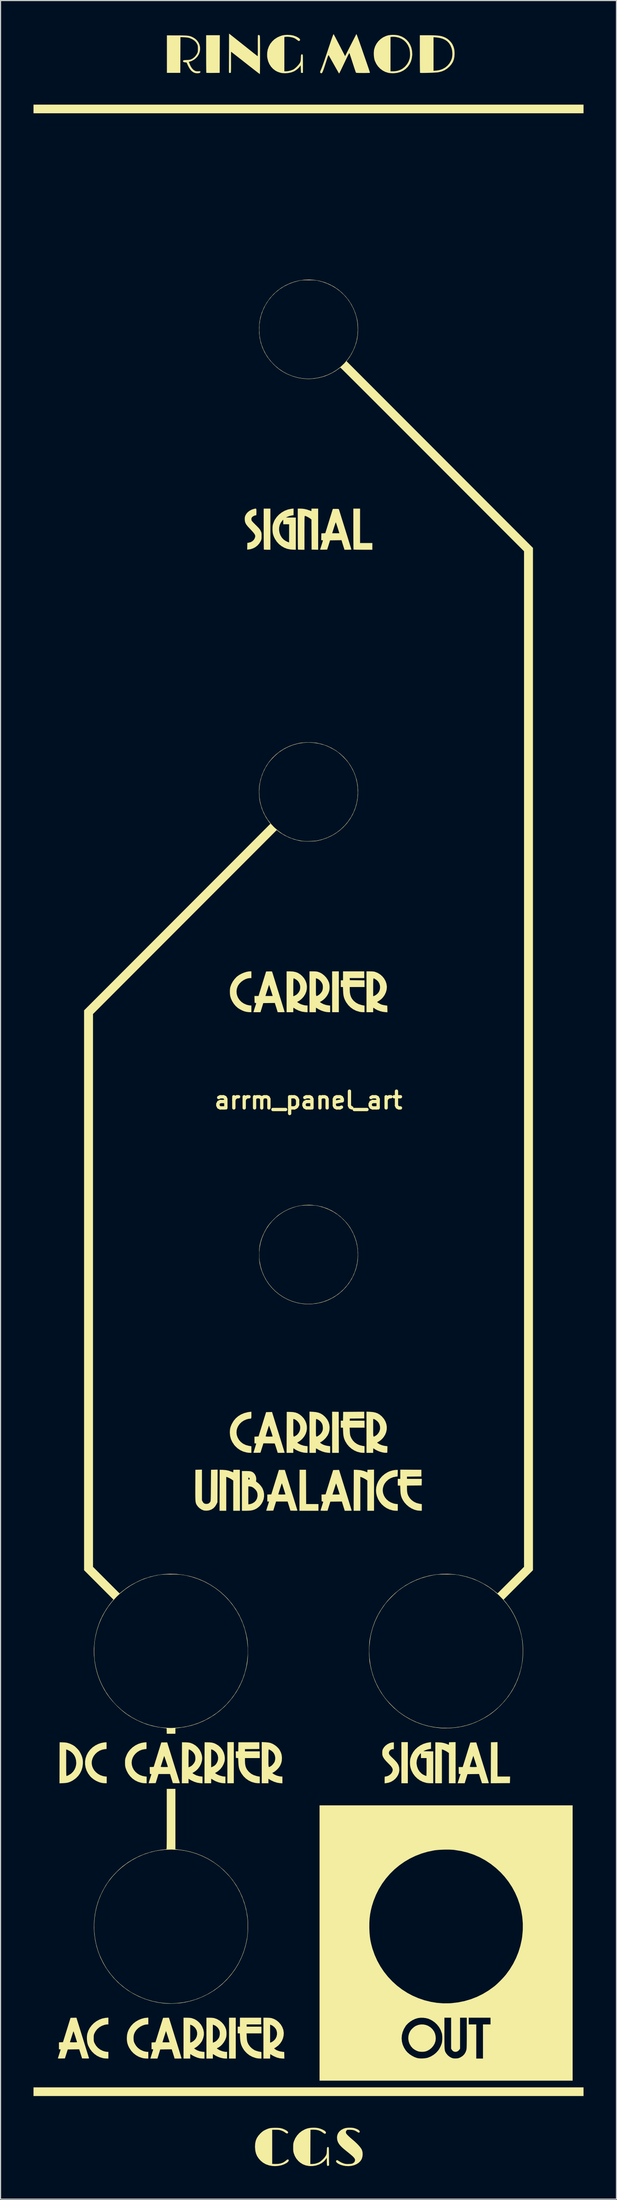
<source format=kicad_pcb>
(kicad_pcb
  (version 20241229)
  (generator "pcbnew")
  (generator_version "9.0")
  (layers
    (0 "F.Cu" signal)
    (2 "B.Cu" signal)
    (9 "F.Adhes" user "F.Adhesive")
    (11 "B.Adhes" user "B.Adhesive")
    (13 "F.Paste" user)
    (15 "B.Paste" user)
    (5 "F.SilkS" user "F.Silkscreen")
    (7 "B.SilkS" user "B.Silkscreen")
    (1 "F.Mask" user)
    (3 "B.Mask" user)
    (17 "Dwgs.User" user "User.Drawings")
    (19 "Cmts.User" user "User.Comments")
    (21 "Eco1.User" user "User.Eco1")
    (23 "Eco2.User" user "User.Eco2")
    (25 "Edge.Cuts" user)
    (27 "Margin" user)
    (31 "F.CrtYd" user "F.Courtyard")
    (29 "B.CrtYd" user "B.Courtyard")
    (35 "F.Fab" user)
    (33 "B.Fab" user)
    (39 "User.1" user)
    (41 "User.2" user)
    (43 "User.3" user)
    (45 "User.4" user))
  (footprint "arrm_panel_art"
    (layer "F.Cu")
    (at 25.019 96.946)
    (property "Reference" "arrm_panel_art" (at 0 0 0) (layer "F.SilkS") (effects (font (size 1.524 1.524) (thickness 0.3))))
    (attr board_only exclude_from_pos_files exclude_from_bom)
    (fp_poly (pts (xy -6.789 62.063) (xy -7.373 62.063) (xy -7.373 58.326) (xy -6.789 58.326)) (stroke (width 0) (type solid)) (fill yes) (layer "F.SilkS"))
    (fp_poly (pts (xy -6.611 87.082) (xy -7.221 87.082) (xy -7.221 83.37) (xy -6.611 83.37)) (stroke (width 0) (type solid)) (fill yes) (layer "F.SilkS"))
    (fp_poly (pts (xy 2.771 -8.009) (xy 2.161 -8.009) (xy 2.161 -11.721) (xy 2.771 -11.721)) (stroke (width 0) (type solid)) (fill yes) (layer "F.SilkS"))
    (fp_poly (pts (xy 9.051 62.063) (xy 8.467 62.063) (xy 8.467 58.326) (xy 9.051 58.326)) (stroke (width 0) (type solid)) (fill yes) (layer "F.SilkS"))
    (fp_poly (pts (xy 25.044 -89.701) (xy -25.019 -89.701) (xy -25.019 -90.489) (xy 25.044 -90.489)) (stroke (width 0) (type solid)) (fill yes) (layer "F.SilkS"))
    (fp_poly (pts (xy 25.044 90.489) (xy -25.019 90.489) (xy -25.019 89.701) (xy 25.044 89.701)) (stroke (width 0) (type solid)) (fill yes) (layer "F.SilkS"))
    (fp_poly (pts (xy 2.46 28.304) (xy 2.759 28.311) (xy 2.765 30.174) (xy 2.772 32.036) (xy 2.161 32.036) (xy 2.161 28.297)) (stroke (width 0) (type solid)) (fill yes) (layer "F.SilkS"))
    (fp_poly (pts (xy -0.203 36.689) (xy 0.915 36.689) (xy 0.915 37.299) (xy -0.814 37.299) (xy -0.807 35.437) (xy -0.801 33.574) (xy -0.216 33.574)) (stroke (width 0) (type solid)) (fill yes) (layer "F.SilkS"))
    (fp_poly (pts (xy 17.213 61.453) (xy 18.359 61.453) (xy 18.352 61.752) (xy 18.344 62.051) (xy 17.473 62.057) (xy 16.602 62.064) (xy 16.609 60.201) (xy 16.616 58.339) (xy 16.914 58.331) (xy 17.213 58.324)) (stroke (width 0) (type solid)) (fill yes) (layer "F.SilkS"))
    (fp_poly (pts (xy -3.458 -50.037) (xy -3.746 -50.037) (xy -3.862 -50.039) (xy -3.959 -50.042) (xy -4.026 -50.048) (xy -4.051 -50.054) (xy -4.054 -50.082) (xy -4.057 -50.156) (xy -4.059 -50.273) (xy -4.061 -50.429) (xy -4.063 -50.62) (xy -4.065 -50.841) (xy -4.066 -51.089) (xy -4.067 -51.359) (xy -4.068 -51.649) (xy -4.068 -51.923) (xy -4.068 -53.775) (xy -3.458 -53.775)) (stroke (width 0) (type solid)) (fill yes) (layer "F.SilkS"))
    (fp_poly (pts (xy -8.073 -93.375) (xy -8.672 -93.368) (xy -8.841 -93.367) (xy -8.994 -93.367) (xy -9.122 -93.369) (xy -9.218 -93.372) (xy -9.276 -93.376) (xy -9.288 -93.379) (xy -9.291 -93.406) (xy -9.294 -93.481) (xy -9.297 -93.598) (xy -9.299 -93.753) (xy -9.301 -93.941) (xy -9.303 -94.16) (xy -9.304 -94.404) (xy -9.305 -94.67) (xy -9.306 -94.953) (xy -9.306 -95.095) (xy -9.306 -96.795) (xy -8.06 -96.795)) (stroke (width 0) (type solid)) (fill yes) (layer "F.SilkS"))
    (fp_poly (pts (xy -6.235 35.437) (xy -6.229 37.299) (xy -6.839 37.299) (xy -6.839 34.557) (xy -6.964 34.466) (xy -7.08 34.391) (xy -7.217 34.318) (xy -7.35 34.259) (xy -7.418 34.236) (xy -7.475 34.219) (xy -7.475 37.299) (xy -8.086 37.299) (xy -8.079 35.437) (xy -8.073 33.574) (xy -7.806 33.58) (xy -7.513 33.603) (xy -7.243 33.661) (xy -7.012 33.742) (xy -6.842 33.812) (xy -6.834 33.693) (xy -6.827 33.574) (xy -6.242 33.574)) (stroke (width 0) (type solid)) (fill yes) (layer "F.SilkS"))
    (fp_poly (pts (xy 5.975 37.299) (xy 5.365 37.299) (xy 5.365 34.553) (xy 5.257 34.474) (xy 5.166 34.415) (xy 5.051 34.351) (xy 4.93 34.292) (xy 4.823 34.248) (xy 4.786 34.236) (xy 4.729 34.219) (xy 4.729 37.299) (xy 4.119 37.299) (xy 4.125 35.437) (xy 4.132 33.574) (xy 4.411 33.581) (xy 4.739 33.61) (xy 5.041 33.681) (xy 5.223 33.75) (xy 5.362 33.812) (xy 5.377 33.574) (xy 5.676 33.567) (xy 5.975 33.56)) (stroke (width 0) (type solid)) (fill yes) (layer "F.SilkS"))
    (fp_poly (pts (xy 4.704 -50.647) (xy 5.822 -50.647) (xy 5.822 -50.037) (xy 4.975 -50.037) (xy 4.772 -50.038) (xy 4.586 -50.039) (xy 4.422 -50.041) (xy 4.286 -50.044) (xy 4.186 -50.048) (xy 4.125 -50.051) (xy 4.11 -50.054) (xy 4.108 -50.082) (xy 4.105 -50.156) (xy 4.103 -50.273) (xy 4.1 -50.429) (xy 4.098 -50.62) (xy 4.097 -50.841) (xy 4.095 -51.089) (xy 4.094 -51.359) (xy 4.094 -51.649) (xy 4.093 -51.923) (xy 4.093 -53.775) (xy 4.704 -53.775)) (stroke (width 0) (type solid)) (fill yes) (layer "F.SilkS"))
    (fp_poly (pts (xy 13.399 62.063) (xy 12.789 62.063) (xy 12.789 59.318) (xy 12.681 59.238) (xy 12.59 59.18) (xy 12.475 59.116) (xy 12.354 59.057) (xy 12.247 59.012) (xy 12.211 59) (xy 12.153 58.984) (xy 12.153 62.063) (xy 11.543 62.063) (xy 11.549 60.201) (xy 11.556 58.339) (xy 11.836 58.346) (xy 12.075 58.361) (xy 12.284 58.395) (xy 12.481 58.451) (xy 12.613 58.501) (xy 12.786 58.574) (xy 12.794 58.456) (xy 12.802 58.339) (xy 13.1 58.331) (xy 13.399 58.324)) (stroke (width 0) (type solid)) (fill yes) (layer "F.SilkS"))
    (fp_poly (pts (xy 10.475 83.986) (xy 10.704 84.032) (xy 10.922 84.121) (xy 11.12 84.249) (xy 11.294 84.415) (xy 11.438 84.616) (xy 11.453 84.643) (xy 11.532 84.833) (xy 11.579 85.048) (xy 11.593 85.27) (xy 11.572 85.481) (xy 11.566 85.506) (xy 11.491 85.724) (xy 11.372 85.927) (xy 11.217 86.109) (xy 11.032 86.262) (xy 10.825 86.378) (xy 10.68 86.431) (xy 10.552 86.456) (xy 10.396 86.468) (xy 10.233 86.466) (xy 10.085 86.45) (xy 10.015 86.435) (xy 9.865 86.38) (xy 9.707 86.298) (xy 9.563 86.202) (xy 9.484 86.136) (xy 9.323 85.949) (xy 9.204 85.739) (xy 9.128 85.515) (xy 9.094 85.281) (xy 9.104 85.046) (xy 9.159 84.816) (xy 9.26 84.598) (xy 9.283 84.561) (xy 9.38 84.435) (xy 9.506 84.309) (xy 9.644 84.196) (xy 9.773 84.115) (xy 10.003 84.025) (xy 10.239 83.983)) (stroke (width 0) (type solid)) (fill yes) (layer "F.SilkS"))
    (fp_poly (pts (xy -4.462 58.949) (xy -5.117 58.956) (xy -5.772 58.962) (xy -5.772 59.165) (xy -4.424 59.165) (xy -4.424 59.775) (xy -5.772 59.775) (xy -5.772 60.05) (xy -5.76 60.294) (xy -5.723 60.503) (xy -5.657 60.687) (xy -5.558 60.854) (xy -5.422 61.017) (xy -5.399 61.04) (xy -5.205 61.201) (xy -4.978 61.323) (xy -4.718 61.407) (xy -4.641 61.423) (xy -4.424 61.464) (xy -4.424 62.063) (xy -4.57 62.061) (xy -4.679 62.054) (xy -4.803 62.039) (xy -4.882 62.026) (xy -5.167 61.943) (xy -5.434 61.816) (xy -5.678 61.646) (xy -5.895 61.438) (xy -6.08 61.194) (xy -6.189 61.002) (xy -6.253 60.863) (xy -6.301 60.73) (xy -6.334 60.591) (xy -6.356 60.431) (xy -6.37 60.239) (xy -6.374 60.151) (xy -6.389 59.778) (xy -6.493 59.77) (xy -6.598 59.762) (xy -6.612 59.165) (xy -6.383 59.165) (xy -6.369 58.339) (xy -4.462 58.339)) (stroke (width 0) (type solid)) (fill yes) (layer "F.SilkS"))
    (fp_poly (pts (xy 5.085 -11.111) (xy 3.76 -11.111) (xy 3.768 -11.016) (xy 3.776 -10.92) (xy 4.443 -10.913) (xy 5.111 -10.907) (xy 5.111 -10.297) (xy 3.763 -10.297) (xy 3.763 -10.075) (xy 3.776 -9.812) (xy 3.815 -9.586) (xy 3.883 -9.389) (xy 3.984 -9.212) (xy 4.12 -9.048) (xy 4.132 -9.037) (xy 4.325 -8.877) (xy 4.551 -8.753) (xy 4.808 -8.667) (xy 4.89 -8.649) (xy 5.11 -8.607) (xy 5.11 -8.308) (xy 5.111 -8.009) (xy 4.952 -8.011) (xy 4.832 -8.018) (xy 4.704 -8.035) (xy 4.64 -8.047) (xy 4.354 -8.135) (xy 4.087 -8.268) (xy 3.843 -8.442) (xy 3.629 -8.653) (xy 3.449 -8.895) (xy 3.355 -9.064) (xy 3.288 -9.211) (xy 3.239 -9.348) (xy 3.204 -9.49) (xy 3.18 -9.649) (xy 3.165 -9.84) (xy 3.16 -9.935) (xy 3.145 -10.297) (xy 2.949 -10.297) (xy 2.949 -10.908) (xy 3.153 -10.908) (xy 3.153 -11.721) (xy 5.085 -11.721)) (stroke (width 0) (type solid)) (fill yes) (layer "F.SilkS"))
    (fp_poly (pts (xy 9.325 33.568) (xy 10.285 33.574) (xy 10.285 34.184) (xy 9.63 34.191) (xy 8.975 34.198) (xy 8.975 34.401) (xy 10.324 34.401) (xy 10.317 34.699) (xy 10.31 34.998) (xy 9.643 35.005) (xy 8.975 35.012) (xy 8.975 35.277) (xy 8.981 35.48) (xy 9.001 35.647) (xy 9.036 35.792) (xy 9.091 35.927) (xy 9.103 35.953) (xy 9.234 36.158) (xy 9.404 36.336) (xy 9.607 36.482) (xy 9.836 36.591) (xy 10.086 36.659) (xy 10.13 36.666) (xy 10.323 36.695) (xy 10.323 37.299) (xy 10.177 37.296) (xy 10.066 37.29) (xy 9.951 37.279) (xy 9.903 37.272) (xy 9.648 37.205) (xy 9.397 37.093) (xy 9.157 36.943) (xy 8.938 36.76) (xy 8.748 36.551) (xy 8.621 36.365) (xy 8.532 36.202) (xy 8.467 36.047) (xy 8.421 35.886) (xy 8.391 35.706) (xy 8.375 35.495) (xy 8.371 35.399) (xy 8.359 35.011) (xy 8.136 35.011) (xy 8.136 34.401) (xy 8.365 34.401) (xy 8.365 33.561)) (stroke (width 0) (type solid)) (fill yes) (layer "F.SilkS"))
    (fp_poly (pts (xy -4.297 83.98) (xy -5.619 83.98) (xy -5.619 84.184) (xy -4.271 84.184) (xy -4.271 84.794) (xy -5.627 84.794) (xy -5.611 85.118) (xy -5.599 85.3) (xy -5.581 85.442) (xy -5.555 85.558) (xy -5.542 85.602) (xy -5.447 85.805) (xy -5.309 85.994) (xy -5.138 86.16) (xy -4.94 86.294) (xy -4.867 86.332) (xy -4.76 86.374) (xy -4.632 86.414) (xy -4.501 86.447) (xy -4.385 86.467) (xy -4.329 86.471) (xy -4.305 86.474) (xy -4.288 86.485) (xy -4.279 86.514) (xy -4.274 86.57) (xy -4.272 86.661) (xy -4.271 86.777) (xy -4.271 87.082) (xy -4.443 87.081) (xy -4.561 87.073) (xy -4.695 87.053) (xy -4.799 87.031) (xy -5.095 86.929) (xy -5.363 86.784) (xy -5.602 86.6) (xy -5.808 86.378) (xy -5.861 86.307) (xy -5.982 86.12) (xy -6.073 85.939) (xy -6.14 85.75) (xy -6.185 85.542) (xy -6.212 85.303) (xy -6.221 85.156) (xy -6.237 84.794) (xy -6.433 84.794) (xy -6.433 84.184) (xy -6.229 84.184) (xy -6.229 83.37) (xy -4.297 83.37)) (stroke (width 0) (type solid)) (fill yes) (layer "F.SilkS"))
    (fp_poly (pts (xy 5.085 28.908) (xy 4.43 28.915) (xy 3.776 28.921) (xy 3.768 29.017) (xy 3.76 29.112) (xy 5.111 29.112) (xy 5.111 29.748) (xy 3.755 29.748) (xy 3.77 30.072) (xy 3.78 30.239) (xy 3.795 30.367) (xy 3.816 30.469) (xy 3.839 30.542) (xy 3.932 30.738) (xy 4.057 30.92) (xy 4.202 31.072) (xy 4.247 31.109) (xy 4.391 31.21) (xy 4.533 31.286) (xy 4.686 31.344) (xy 4.865 31.388) (xy 5.015 31.414) (xy 5.111 31.428) (xy 5.111 32.036) (xy 4.977 32.033) (xy 4.869 32.027) (xy 4.758 32.015) (xy 4.723 32.01) (xy 4.442 31.937) (xy 4.174 31.819) (xy 3.925 31.66) (xy 3.702 31.465) (xy 3.511 31.238) (xy 3.357 30.984) (xy 3.344 30.956) (xy 3.279 30.809) (xy 3.232 30.668) (xy 3.199 30.52) (xy 3.177 30.349) (xy 3.163 30.144) (xy 3.161 30.11) (xy 3.145 29.748) (xy 2.949 29.748) (xy 2.949 29.112) (xy 3.151 29.112) (xy 3.158 28.712) (xy 3.165 28.311) (xy 4.125 28.305) (xy 5.085 28.298)) (stroke (width 0) (type solid)) (fill yes) (layer "F.SilkS"))
    (fp_poly (pts (xy -18.37 58.949) (xy -18.535 58.966) (xy -18.778 59.014) (xy -19.005 59.106) (xy -19.211 59.235) (xy -19.389 59.398) (xy -19.536 59.589) (xy -19.644 59.803) (xy -19.709 60.034) (xy -19.71 60.042) (xy -19.722 60.263) (xy -19.687 60.48) (xy -19.61 60.688) (xy -19.494 60.881) (xy -19.343 61.055) (xy -19.162 61.203) (xy -18.954 61.321) (xy -18.724 61.403) (xy -18.665 61.417) (xy -18.567 61.435) (xy -18.479 61.448) (xy -18.427 61.453) (xy -18.357 61.453) (xy -18.357 62.063) (xy -18.516 62.061) (xy -18.629 62.054) (xy -18.759 62.039) (xy -18.853 62.022) (xy -19.084 61.953) (xy -19.32 61.846) (xy -19.545 61.708) (xy -19.744 61.549) (xy -19.863 61.427) (xy -20.048 61.177) (xy -20.187 60.912) (xy -20.279 60.636) (xy -20.325 60.354) (xy -20.326 60.071) (xy -20.28 59.791) (xy -20.188 59.519) (xy -20.05 59.259) (xy -19.867 59.016) (xy -19.837 58.983) (xy -19.627 58.789) (xy -19.388 58.625) (xy -19.129 58.494) (xy -18.86 58.402) (xy -18.591 58.353) (xy -18.52 58.348) (xy -18.37 58.341)) (stroke (width 0) (type solid)) (fill yes) (layer "F.SilkS"))
    (fp_poly (pts (xy 8.123 34.184) (xy 7.958 34.201) (xy 7.716 34.249) (xy 7.488 34.34) (xy 7.279 34.468) (xy 7.097 34.63) (xy 6.949 34.819) (xy 6.851 35.009) (xy 6.786 35.235) (xy 6.768 35.46) (xy 6.796 35.681) (xy 6.866 35.893) (xy 6.974 36.09) (xy 7.119 36.267) (xy 7.297 36.42) (xy 7.506 36.543) (xy 7.742 36.633) (xy 7.808 36.65) (xy 7.907 36.67) (xy 8 36.684) (xy 8.054 36.689) (xy 8.136 36.689) (xy 8.136 37.299) (xy 7.977 37.297) (xy 7.86 37.29) (xy 7.73 37.274) (xy 7.653 37.261) (xy 7.373 37.181) (xy 7.112 37.056) (xy 6.874 36.894) (xy 6.662 36.698) (xy 6.482 36.473) (xy 6.337 36.224) (xy 6.232 35.957) (xy 6.169 35.676) (xy 6.153 35.443) (xy 6.178 35.161) (xy 6.25 34.886) (xy 6.366 34.623) (xy 6.522 34.379) (xy 6.715 34.157) (xy 6.942 33.964) (xy 7.199 33.804) (xy 7.28 33.763) (xy 7.442 33.698) (xy 7.621 33.644) (xy 7.798 33.606) (xy 7.955 33.588) (xy 7.988 33.587) (xy 8.138 33.587)) (stroke (width 0) (type solid)) (fill yes) (layer "F.SilkS"))
    (fp_poly (pts (xy -14.734 58.949) (xy -14.899 58.966) (xy -15.14 59.014) (xy -15.363 59.101) (xy -15.563 59.223) (xy -15.737 59.374) (xy -15.881 59.551) (xy -15.99 59.747) (xy -16.06 59.957) (xy -16.087 60.177) (xy -16.071 60.383) (xy -16.004 60.619) (xy -15.894 60.834) (xy -15.745 61.023) (xy -15.562 61.182) (xy -15.349 61.309) (xy -15.111 61.397) (xy -14.88 61.442) (xy -14.721 61.46) (xy -14.721 62.063) (xy -14.88 62.061) (xy -14.997 62.054) (xy -15.127 62.038) (xy -15.204 62.024) (xy -15.499 61.937) (xy -15.769 61.806) (xy -16.013 61.635) (xy -16.227 61.425) (xy -16.407 61.181) (xy -16.552 60.906) (xy -16.631 60.69) (xy -16.659 60.589) (xy -16.677 60.492) (xy -16.686 60.381) (xy -16.689 60.242) (xy -16.689 60.195) (xy -16.688 60.057) (xy -16.682 59.953) (xy -16.67 59.867) (xy -16.649 59.782) (xy -16.616 59.682) (xy -16.611 59.667) (xy -16.518 59.44) (xy -16.407 59.243) (xy -16.267 59.058) (xy -16.212 58.996) (xy -15.999 58.796) (xy -15.757 58.627) (xy -15.495 58.494) (xy -15.223 58.401) (xy -14.949 58.353) (xy -14.884 58.348) (xy -14.734 58.341)) (stroke (width 0) (type solid)) (fill yes) (layer "F.SilkS"))
    (fp_poly (pts (xy -14.569 83.98) (xy -14.665 83.98) (xy -14.864 84.003) (xy -15.07 84.067) (xy -15.272 84.166) (xy -15.459 84.293) (xy -15.62 84.444) (xy -15.72 84.571) (xy -15.82 84.745) (xy -15.882 84.914) (xy -15.911 85.094) (xy -15.912 85.27) (xy -15.905 85.394) (xy -15.894 85.487) (xy -15.872 85.567) (xy -15.837 85.655) (xy -15.808 85.718) (xy -15.678 85.934) (xy -15.509 86.12) (xy -15.306 86.27) (xy -15.072 86.383) (xy -14.913 86.433) (xy -14.813 86.455) (xy -14.716 86.469) (xy -14.665 86.472) (xy -14.569 86.472) (xy -14.569 87.082) (xy -14.753 87.081) (xy -14.878 87.073) (xy -15.017 87.053) (xy -15.126 87.03) (xy -15.416 86.928) (xy -15.683 86.783) (xy -15.922 86.598) (xy -16.129 86.376) (xy -16.299 86.122) (xy -16.349 86.027) (xy -16.434 85.828) (xy -16.489 85.635) (xy -16.518 85.429) (xy -16.526 85.226) (xy -16.508 84.947) (xy -16.45 84.691) (xy -16.35 84.447) (xy -16.204 84.207) (xy -16.125 84.1) (xy -15.94 83.902) (xy -15.717 83.728) (xy -15.468 83.582) (xy -15.203 83.471) (xy -14.931 83.399) (xy -14.766 83.378) (xy -14.569 83.362)) (stroke (width 0) (type solid)) (fill yes) (layer "F.SilkS"))
    (fp_poly (pts (xy -0.529 -53.766) (xy -0.328 -53.737) (xy -0.119 -53.685) (xy 0.11 -53.608) (xy 0.235 -53.559) (xy 0.262 -53.554) (xy 0.276 -53.577) (xy 0.28 -53.637) (xy 0.28 -53.658) (xy 0.28 -53.775) (xy 0.89 -53.775) (xy 0.89 -50.036) (xy 0.591 -50.043) (xy 0.292 -50.05) (xy 0.286 -51.415) (xy 0.279 -52.78) (xy 0.184 -52.859) (xy 0.116 -52.908) (xy 0.025 -52.963) (xy -0.077 -53.018) (xy -0.176 -53.066) (xy -0.259 -53.1) (xy -0.312 -53.114) (xy -0.314 -53.114) (xy -0.323 -53.111) (xy -0.33 -53.099) (xy -0.336 -53.074) (xy -0.342 -53.034) (xy -0.346 -52.973) (xy -0.349 -52.889) (xy -0.352 -52.777) (xy -0.353 -52.634) (xy -0.355 -52.457) (xy -0.355 -52.241) (xy -0.356 -51.982) (xy -0.356 -51.678) (xy -0.356 -51.575) (xy -0.356 -50.037) (xy -0.644 -50.037) (xy -0.76 -50.039) (xy -0.857 -50.042) (xy -0.924 -50.048) (xy -0.949 -50.054) (xy -0.952 -50.082) (xy -0.955 -50.156) (xy -0.957 -50.273) (xy -0.959 -50.429) (xy -0.961 -50.62) (xy -0.963 -50.841) (xy -0.964 -51.089) (xy -0.965 -51.359) (xy -0.966 -51.649) (xy -0.966 -51.923) (xy -0.966 -53.775) (xy -0.736 -53.775)) (stroke (width 0) (type solid)) (fill yes) (layer "F.SilkS"))
    (fp_poly (pts (xy -5.187 -11.111) (xy -5.296 -11.111) (xy -5.499 -11.087) (xy -5.706 -11.021) (xy -5.907 -10.918) (xy -6.094 -10.784) (xy -6.257 -10.626) (xy -6.386 -10.449) (xy -6.429 -10.368) (xy -6.509 -10.147) (xy -6.54 -9.922) (xy -6.527 -9.7) (xy -6.472 -9.486) (xy -6.378 -9.284) (xy -6.247 -9.099) (xy -6.082 -8.937) (xy -5.886 -8.803) (xy -5.662 -8.701) (xy -5.514 -8.658) (xy -5.415 -8.638) (xy -5.323 -8.624) (xy -5.269 -8.62) (xy -5.187 -8.619) (xy -5.187 -8.009) (xy -5.346 -8.011) (xy -5.459 -8.018) (xy -5.589 -8.033) (xy -5.682 -8.049) (xy -5.85 -8.096) (xy -6.037 -8.173) (xy -6.226 -8.27) (xy -6.399 -8.38) (xy -6.425 -8.398) (xy -6.617 -8.569) (xy -6.791 -8.777) (xy -6.938 -9.01) (xy -7.05 -9.256) (xy -7.108 -9.446) (xy -7.133 -9.6) (xy -7.146 -9.779) (xy -7.146 -9.965) (xy -7.133 -10.14) (xy -7.108 -10.284) (xy -7.107 -10.285) (xy -7.019 -10.536) (xy -6.889 -10.783) (xy -6.726 -11.012) (xy -6.539 -11.212) (xy -6.47 -11.271) (xy -6.297 -11.393) (xy -6.097 -11.503) (xy -5.882 -11.596) (xy -5.667 -11.666) (xy -5.464 -11.709) (xy -5.315 -11.721) (xy -5.187 -11.721)) (stroke (width 0) (type solid)) (fill yes) (layer "F.SilkS"))
    (fp_poly (pts (xy -5.187 28.601) (xy -5.187 28.736) (xy -5.192 28.829) (xy -5.205 28.887) (xy -5.23 28.918) (xy -5.272 28.931) (xy -5.334 28.934) (xy -5.356 28.934) (xy -5.424 28.942) (xy -5.519 28.964) (xy -5.624 28.994) (xy -5.636 28.998) (xy -5.869 29.099) (xy -6.072 29.234) (xy -6.242 29.395) (xy -6.376 29.58) (xy -6.473 29.781) (xy -6.53 29.995) (xy -6.543 30.216) (xy -6.511 30.44) (xy -6.436 30.65) (xy -6.305 30.873) (xy -6.137 31.059) (xy -5.936 31.21) (xy -5.702 31.322) (xy -5.437 31.395) (xy -5.374 31.406) (xy -5.187 31.435) (xy -5.187 32.036) (xy -5.333 32.034) (xy -5.442 32.027) (xy -5.566 32.011) (xy -5.644 31.998) (xy -5.944 31.913) (xy -6.218 31.783) (xy -6.466 31.61) (xy -6.687 31.395) (xy -6.754 31.314) (xy -6.925 31.059) (xy -7.048 30.792) (xy -7.123 30.509) (xy -7.15 30.209) (xy -7.15 30.193) (xy -7.143 29.993) (xy -7.119 29.819) (xy -7.072 29.651) (xy -6.998 29.47) (xy -6.967 29.404) (xy -6.812 29.139) (xy -6.619 28.907) (xy -6.392 28.709) (xy -6.132 28.548) (xy -5.844 28.425) (xy -5.531 28.343) (xy -5.333 28.314) (xy -5.187 28.298)) (stroke (width 0) (type solid)) (fill yes) (layer "F.SilkS"))
    (fp_poly (pts (xy -8.269 35.043) (xy -8.276 36.526) (xy -8.371 36.718) (xy -8.494 36.915) (xy -8.648 37.073) (xy -8.83 37.189) (xy -9.036 37.263) (xy -9.223 37.289) (xy -9.356 37.289) (xy -9.476 37.278) (xy -9.536 37.266) (xy -9.717 37.192) (xy -9.89 37.078) (xy -10.043 36.935) (xy -10.158 36.779) (xy -10.187 36.728) (xy -10.212 36.679) (xy -10.232 36.627) (xy -10.249 36.568) (xy -10.263 36.498) (xy -10.273 36.411) (xy -10.281 36.305) (xy -10.287 36.174) (xy -10.291 36.015) (xy -10.293 35.822) (xy -10.293 35.592) (xy -10.293 35.32) (xy -10.291 35.002) (xy -10.291 34.971) (xy -10.285 33.574) (xy -9.986 33.567) (xy -9.687 33.56) (xy -9.687 36.348) (xy -9.63 36.46) (xy -9.558 36.571) (xy -9.473 36.64) (xy -9.363 36.671) (xy -9.28 36.676) (xy -9.154 36.664) (xy -9.055 36.62) (xy -8.967 36.538) (xy -8.939 36.501) (xy -8.927 36.485) (xy -8.918 36.466) (xy -8.91 36.439) (xy -8.903 36.402) (xy -8.897 36.349) (xy -8.893 36.277) (xy -8.889 36.181) (xy -8.886 36.058) (xy -8.883 35.903) (xy -8.88 35.712) (xy -8.878 35.481) (xy -8.875 35.206) (xy -8.873 35.003) (xy -8.861 33.574) (xy -8.262 33.56)) (stroke (width 0) (type solid)) (fill yes) (layer "F.SilkS"))
    (fp_poly (pts (xy -18.205 83.98) (xy -18.301 83.98) (xy -18.38 83.987) (xy -18.481 84.004) (xy -18.549 84.019) (xy -18.794 84.106) (xy -19.016 84.233) (xy -19.207 84.395) (xy -19.363 84.589) (xy -19.444 84.733) (xy -19.485 84.822) (xy -19.512 84.891) (xy -19.529 84.956) (xy -19.537 85.032) (xy -19.539 85.134) (xy -19.539 85.226) (xy -19.539 85.354) (xy -19.535 85.446) (xy -19.525 85.516) (xy -19.505 85.581) (xy -19.474 85.655) (xy -19.444 85.719) (xy -19.315 85.931) (xy -19.147 86.115) (xy -18.945 86.266) (xy -18.715 86.38) (xy -18.549 86.433) (xy -18.448 86.455) (xy -18.351 86.469) (xy -18.301 86.472) (xy -18.205 86.472) (xy -18.205 87.082) (xy -18.376 87.08) (xy -18.496 87.073) (xy -18.624 87.058) (xy -18.7 87.045) (xy -18.983 86.958) (xy -19.248 86.826) (xy -19.49 86.654) (xy -19.703 86.446) (xy -19.884 86.207) (xy -20.026 85.94) (xy -20.079 85.806) (xy -20.122 85.64) (xy -20.15 85.443) (xy -20.161 85.234) (xy -20.155 85.032) (xy -20.13 84.853) (xy -20.126 84.833) (xy -20.037 84.561) (xy -19.904 84.306) (xy -19.732 84.073) (xy -19.527 83.866) (xy -19.293 83.689) (xy -19.037 83.547) (xy -18.764 83.444) (xy -18.478 83.385) (xy -18.402 83.378) (xy -18.205 83.362)) (stroke (width 0) (type solid)) (fill yes) (layer "F.SilkS"))
    (fp_poly (pts (xy -3.615 83.375) (xy -3.462 83.388) (xy -3.345 83.409) (xy -3.345 83.409) (xy -3.101 83.498) (xy -2.876 83.63) (xy -2.676 83.799) (xy -2.506 83.998) (xy -2.373 84.223) (xy -2.283 84.466) (xy -2.273 84.504) (xy -2.24 84.752) (xy -2.255 85.001) (xy -2.314 85.245) (xy -2.414 85.478) (xy -2.554 85.694) (xy -2.73 85.886) (xy -2.939 86.047) (xy -2.98 86.073) (xy -3.057 86.12) (xy -3.095 86.151) (xy -3.103 86.173) (xy -3.086 86.195) (xy -3.082 86.198) (xy -2.945 86.292) (xy -2.772 86.371) (xy -2.575 86.431) (xy -2.377 86.465) (xy -2.199 86.485) (xy -2.192 86.783) (xy -2.185 87.082) (xy -2.334 87.082) (xy -2.61 87.058) (xy -2.888 86.984) (xy -3.167 86.86) (xy -3.293 86.788) (xy -3.471 86.68) (xy -3.485 87.082) (xy -4.093 87.082) (xy -4.093 84.002) (xy -3.483 84.002) (xy -3.483 85.636) (xy -3.426 85.62) (xy -3.371 85.597) (xy -3.295 85.558) (xy -3.256 85.535) (xy -3.102 85.414) (xy -2.982 85.262) (xy -2.9 85.088) (xy -2.858 84.9) (xy -2.859 84.707) (xy -2.905 84.517) (xy -2.922 84.474) (xy -3.006 84.333) (xy -3.124 84.203) (xy -3.262 84.097) (xy -3.407 84.025) (xy -3.426 84.019) (xy -3.483 84.002) (xy -4.093 84.002) (xy -4.093 83.37) (xy -3.794 83.37)) (stroke (width 0) (type solid)) (fill yes) (layer "F.SilkS"))
    (fp_poly (pts (xy -22.362 58.346) (xy -22.157 58.357) (xy -21.983 58.381) (xy -21.821 58.425) (xy -21.652 58.491) (xy -21.535 58.546) (xy -21.414 58.61) (xy -21.315 58.672) (xy -21.222 58.745) (xy -21.119 58.841) (xy -21.076 58.883) (xy -20.969 58.994) (xy -20.888 59.09) (xy -20.822 59.188) (xy -20.757 59.304) (xy -20.728 59.36) (xy -20.632 59.571) (xy -20.568 59.764) (xy -20.533 59.954) (xy -20.522 60.16) (xy -20.525 60.294) (xy -20.565 60.601) (xy -20.65 60.889) (xy -20.78 61.156) (xy -20.952 61.397) (xy -21.163 61.61) (xy -21.412 61.79) (xy -21.561 61.873) (xy -21.71 61.942) (xy -21.849 61.992) (xy -21.993 62.025) (xy -22.158 62.045) (xy -22.33 62.056) (xy -22.654 62.071) (xy -22.648 60.205) (xy -22.644 58.989) (xy -22.044 58.989) (xy -22.044 60.196) (xy -22.044 60.481) (xy -22.043 60.719) (xy -22.042 60.914) (xy -22.04 61.07) (xy -22.037 61.191) (xy -22.033 61.28) (xy -22.028 61.342) (xy -22.022 61.38) (xy -22.015 61.399) (xy -22.009 61.402) (xy -21.971 61.392) (xy -21.901 61.363) (xy -21.814 61.322) (xy -21.797 61.314) (xy -21.595 61.185) (xy -21.424 61.02) (xy -21.289 60.825) (xy -21.192 60.606) (xy -21.139 60.369) (xy -21.129 60.208) (xy -21.152 59.951) (xy -21.219 59.715) (xy -21.328 59.502) (xy -21.476 59.318) (xy -21.661 59.166) (xy -21.879 59.05) (xy -21.946 59.024) (xy -22.044 58.989) (xy -22.644 58.989) (xy -22.641 58.339)) (stroke (width 0) (type solid)) (fill yes) (layer "F.SilkS"))
    (fp_poly (pts (xy -12.666 83.452) (xy -12.605 83.645) (xy -12.537 83.861) (xy -12.463 84.098) (xy -12.385 84.35) (xy -12.303 84.614) (xy -12.219 84.884) (xy -12.134 85.156) (xy -12.05 85.426) (xy -11.968 85.69) (xy -11.889 85.944) (xy -11.815 86.182) (xy -11.747 86.401) (xy -11.687 86.597) (xy -11.635 86.764) (xy -11.594 86.899) (xy -11.564 86.997) (xy -11.547 87.054) (xy -11.543 87.067) (xy -11.567 87.073) (xy -11.632 87.077) (xy -11.729 87.081) (xy -11.847 87.082) (xy -11.86 87.082) (xy -12.177 87.082) (xy -12.213 86.961) (xy -12.235 86.888) (xy -12.268 86.782) (xy -12.307 86.657) (xy -12.344 86.541) (xy -12.438 86.242) (xy -12.961 86.249) (xy -13.484 86.256) (xy -13.611 86.669) (xy -13.739 87.082) (xy -14.386 87.082) (xy -14.271 86.721) (xy -14.229 86.589) (xy -14.191 86.47) (xy -14.16 86.376) (xy -14.139 86.315) (xy -14.135 86.303) (xy -14.126 86.263) (xy -14.148 86.245) (xy -14.195 86.238) (xy -14.276 86.23) (xy -14.276 85.62) (xy -13.97 85.607) (xy -13.278 85.607) (xy -12.635 85.607) (xy -12.651 85.547) (xy -12.663 85.504) (xy -12.688 85.422) (xy -12.724 85.309) (xy -12.767 85.174) (xy -12.812 85.032) (xy -12.959 84.578) (xy -13.101 85.023) (xy -13.148 85.169) (xy -13.19 85.304) (xy -13.225 85.416) (xy -13.249 85.498) (xy -13.261 85.537) (xy -13.278 85.607) (xy -13.97 85.607) (xy -13.92 85.605) (xy -13.227 83.383) (xy -12.959 83.375) (xy -12.692 83.368)) (stroke (width 0) (type solid)) (fill yes) (layer "F.SilkS"))
    (fp_poly (pts (xy -10.887 83.375) (xy -10.733 83.388) (xy -10.617 83.409) (xy -10.616 83.409) (xy -10.371 83.498) (xy -10.143 83.631) (xy -9.941 83.802) (xy -9.772 84.004) (xy -9.665 84.186) (xy -9.564 84.44) (xy -9.514 84.692) (xy -9.514 84.943) (xy -9.565 85.196) (xy -9.665 85.452) (xy -9.749 85.59) (xy -9.865 85.737) (xy -10.001 85.878) (xy -10.143 85.999) (xy -10.246 86.069) (xy -10.403 86.162) (xy -10.268 86.254) (xy -10.091 86.349) (xy -9.885 86.42) (xy -9.664 86.461) (xy -9.63 86.464) (xy -9.458 86.479) (xy -9.458 87.082) (xy -9.617 87.082) (xy -9.73 87.076) (xy -9.86 87.06) (xy -9.954 87.044) (xy -10.077 87.009) (xy -10.221 86.956) (xy -10.371 86.891) (xy -10.509 86.821) (xy -10.62 86.755) (xy -10.645 86.737) (xy -10.7 86.698) (xy -10.736 86.677) (xy -10.741 86.675) (xy -10.747 86.699) (xy -10.752 86.761) (xy -10.755 86.85) (xy -10.755 86.879) (xy -10.755 87.082) (xy -11.365 87.082) (xy -11.365 84.002) (xy -10.755 84.002) (xy -10.755 85.636) (xy -10.698 85.619) (xy -10.641 85.596) (xy -10.565 85.558) (xy -10.537 85.543) (xy -10.382 85.426) (xy -10.26 85.277) (xy -10.175 85.105) (xy -10.129 84.919) (xy -10.125 84.727) (xy -10.167 84.539) (xy -10.171 84.528) (xy -10.258 84.362) (xy -10.381 84.215) (xy -10.529 84.098) (xy -10.693 84.021) (xy -10.698 84.02) (xy -10.755 84.002) (xy -11.365 84.002) (xy -11.365 83.37) (xy -11.065 83.37)) (stroke (width 0) (type solid)) (fill yes) (layer "F.SilkS"))
    (fp_poly (pts (xy -8.834 83.374) (xy -8.69 83.386) (xy -8.578 83.404) (xy -8.561 83.408) (xy -8.319 83.495) (xy -8.094 83.624) (xy -7.893 83.787) (xy -7.722 83.978) (xy -7.588 84.193) (xy -7.496 84.423) (xy -7.489 84.452) (xy -7.463 84.595) (xy -7.452 84.763) (xy -7.454 84.935) (xy -7.471 85.091) (xy -7.49 85.177) (xy -7.575 85.395) (xy -7.695 85.603) (xy -7.842 85.793) (xy -8.009 85.954) (xy -8.186 86.074) (xy -8.195 86.079) (xy -8.339 86.154) (xy -8.282 86.199) (xy -8.145 86.288) (xy -7.977 86.365) (xy -7.794 86.426) (xy -7.617 86.463) (xy -7.507 86.471) (xy -7.399 86.472) (xy -7.399 87.082) (xy -7.56 87.082) (xy -7.759 87.064) (xy -7.977 87.015) (xy -8.199 86.939) (xy -8.408 86.841) (xy -8.553 86.753) (xy -8.619 86.71) (xy -8.666 86.682) (xy -8.681 86.675) (xy -8.688 86.699) (xy -8.693 86.761) (xy -8.695 86.85) (xy -8.695 86.879) (xy -8.695 87.082) (xy -9.28 87.082) (xy -9.28 84.002) (xy -8.695 84.002) (xy -8.695 85.636) (xy -8.638 85.619) (xy -8.577 85.595) (xy -8.502 85.561) (xy -8.492 85.555) (xy -8.393 85.488) (xy -8.29 85.389) (xy -8.196 85.275) (xy -8.135 85.175) (xy -8.089 85.044) (xy -8.065 84.887) (xy -8.064 84.723) (xy -8.088 84.574) (xy -8.097 84.542) (xy -8.178 84.375) (xy -8.299 84.227) (xy -8.449 84.107) (xy -8.619 84.026) (xy -8.638 84.019) (xy -8.695 84.002) (xy -9.28 84.002) (xy -9.28 83.37) (xy -8.993 83.37)) (stroke (width 0) (type solid)) (fill yes) (layer "F.SilkS"))
    (fp_poly (pts (xy -1.395 -11.705) (xy -1.154 -11.656) (xy -0.937 -11.571) (xy -0.737 -11.445) (xy -0.558 -11.289) (xy -0.384 -11.083) (xy -0.255 -10.858) (xy -0.171 -10.621) (xy -0.132 -10.376) (xy -0.139 -10.129) (xy -0.19 -9.885) (xy -0.286 -9.649) (xy -0.427 -9.426) (xy -0.566 -9.268) (xy -0.664 -9.177) (xy -0.767 -9.094) (xy -0.858 -9.031) (xy -0.889 -9.014) (xy -1.028 -8.944) (xy -0.965 -8.893) (xy -0.835 -8.808) (xy -0.671 -8.732) (xy -0.492 -8.672) (xy -0.314 -8.632) (xy -0.172 -8.62) (xy -0.076 -8.619) (xy -0.076 -8.001) (xy -0.299 -8.016) (xy -0.589 -8.06) (xy -0.875 -8.15) (xy -1.144 -8.281) (xy -1.253 -8.35) (xy -1.313 -8.389) (xy -1.353 -8.413) (xy -1.361 -8.416) (xy -1.367 -8.392) (xy -1.371 -8.33) (xy -1.373 -8.241) (xy -1.373 -8.212) (xy -1.373 -8.009) (xy -1.983 -8.009) (xy -1.983 -9.458) (xy -1.373 -9.458) (xy -1.278 -9.497) (xy -1.192 -9.538) (xy -1.103 -9.59) (xy -1.087 -9.6) (xy -0.98 -9.692) (xy -0.881 -9.819) (xy -0.803 -9.962) (xy -0.774 -10.038) (xy -0.742 -10.223) (xy -0.753 -10.414) (xy -0.806 -10.6) (xy -0.898 -10.769) (xy -0.977 -10.863) (xy -1.044 -10.921) (xy -1.128 -10.981) (xy -1.217 -11.034) (xy -1.295 -11.072) (xy -1.347 -11.085) (xy -1.355 -11.06) (xy -1.362 -10.984) (xy -1.367 -10.858) (xy -1.371 -10.681) (xy -1.373 -10.453) (xy -1.373 -10.272) (xy -1.373 -9.458) (xy -1.983 -9.458) (xy -1.983 -11.721) (xy -1.67 -11.721)) (stroke (width 0) (type solid)) (fill yes) (layer "F.SilkS"))
    (fp_poly (pts (xy 11.162 58.934) (xy 11.066 58.949) (xy 10.887 58.983) (xy 10.74 59.026) (xy 10.606 59.082) (xy 10.602 59.084) (xy 10.463 59.152) (xy 11.365 59.166) (xy 11.365 62.063) (xy 11.117 62.061) (xy 10.988 62.057) (xy 10.858 62.046) (xy 10.748 62.032) (xy 10.717 62.026) (xy 10.424 61.936) (xy 10.154 61.803) (xy 9.912 61.63) (xy 9.7 61.421) (xy 9.522 61.179) (xy 9.383 60.908) (xy 9.302 60.673) (xy 9.265 60.487) (xy 9.247 60.278) (xy 9.248 60.188) (xy 9.846 60.188) (xy 9.851 60.315) (xy 9.899 60.569) (xy 9.99 60.799) (xy 10.121 61.001) (xy 10.291 61.172) (xy 10.37 61.231) (xy 10.447 61.278) (xy 10.539 61.326) (xy 10.63 61.367) (xy 10.704 61.394) (xy 10.736 61.401) (xy 10.741 61.377) (xy 10.745 61.308) (xy 10.748 61.2) (xy 10.751 61.06) (xy 10.754 60.892) (xy 10.755 60.704) (xy 10.755 60.589) (xy 10.755 59.775) (xy 10.246 59.775) (xy 10.246 59.559) (xy 10.244 59.458) (xy 10.236 59.384) (xy 10.226 59.346) (xy 10.222 59.343) (xy 10.191 59.363) (xy 10.143 59.416) (xy 10.087 59.491) (xy 10.029 59.577) (xy 9.978 59.662) (xy 9.946 59.727) (xy 9.873 59.954) (xy 9.846 60.188) (xy 9.248 60.188) (xy 9.249 60.065) (xy 9.27 59.869) (xy 9.291 59.775) (xy 9.391 59.495) (xy 9.534 59.236) (xy 9.716 59.004) (xy 9.934 58.8) (xy 10.183 58.628) (xy 10.458 58.491) (xy 10.757 58.393) (xy 11.041 58.341) (xy 11.162 58.327)) (stroke (width 0) (type solid)) (fill yes) (layer "F.SilkS"))
    (fp_poly (pts (xy -11.203 58.344) (xy -11.03 58.352) (xy -10.88 58.367) (xy -10.767 58.388) (xy -10.758 58.391) (xy -10.503 58.49) (xy -10.274 58.629) (xy -10.075 58.805) (xy -9.91 59.013) (xy -9.784 59.247) (xy -9.712 59.458) (xy -9.676 59.629) (xy -9.665 59.781) (xy -9.676 59.937) (xy -9.7 60.068) (xy -9.772 60.301) (xy -9.886 60.525) (xy -10.034 60.731) (xy -10.209 60.907) (xy -10.403 61.044) (xy -10.405 61.045) (xy -10.48 61.089) (xy -10.532 61.122) (xy -10.552 61.138) (xy -10.532 61.156) (xy -10.481 61.193) (xy -10.415 61.236) (xy -10.2 61.345) (xy -9.959 61.418) (xy -9.808 61.441) (xy -9.636 61.459) (xy -9.636 62.071) (xy -9.846 62.056) (xy -10.112 62.015) (xy -10.385 61.931) (xy -10.652 61.809) (xy -10.825 61.706) (xy -10.908 61.652) (xy -10.908 62.063) (xy -11.518 62.063) (xy -11.513 60.613) (xy -10.908 60.613) (xy -10.844 60.589) (xy -10.772 60.558) (xy -10.709 60.528) (xy -10.611 60.46) (xy -10.51 60.36) (xy -10.418 60.245) (xy -10.351 60.131) (xy -10.315 60.042) (xy -10.295 59.955) (xy -10.287 59.851) (xy -10.286 59.788) (xy -10.299 59.611) (xy -10.342 59.464) (xy -10.42 59.328) (xy -10.504 59.228) (xy -10.577 59.16) (xy -10.666 59.092) (xy -10.757 59.035) (xy -10.836 58.998) (xy -10.881 58.987) (xy -10.89 59.012) (xy -10.897 59.088) (xy -10.902 59.215) (xy -10.905 59.392) (xy -10.907 59.62) (xy -10.908 59.8) (xy -10.908 60.613) (xy -11.513 60.613) (xy -11.512 60.201) (xy -11.505 58.339)) (stroke (width 0) (type solid)) (fill yes) (layer "F.SilkS"))
    (fp_poly (pts (xy -9.157 58.343) (xy -8.967 58.35) (xy -8.814 58.366) (xy -8.682 58.393) (xy -8.558 58.434) (xy -8.427 58.493) (xy -8.424 58.494) (xy -8.195 58.634) (xy -7.998 58.81) (xy -7.837 59.016) (xy -7.716 59.247) (xy -7.638 59.497) (xy -7.609 59.709) (xy -7.606 59.873) (xy -7.618 60.009) (xy -7.636 60.099) (xy -7.722 60.34) (xy -7.848 60.567) (xy -8.007 60.771) (xy -8.193 60.942) (xy -8.327 61.033) (xy -8.496 61.132) (xy -8.437 61.18) (xy -8.325 61.252) (xy -8.178 61.321) (xy -8.013 61.381) (xy -7.846 61.425) (xy -7.693 61.45) (xy -7.634 61.453) (xy -7.551 61.453) (xy -7.551 62.063) (xy -7.672 62.063) (xy -7.914 62.042) (xy -8.167 61.984) (xy -8.415 61.893) (xy -8.643 61.773) (xy -8.668 61.758) (xy -8.746 61.709) (xy -8.805 61.673) (xy -8.835 61.657) (xy -8.836 61.657) (xy -8.842 61.68) (xy -8.846 61.742) (xy -8.848 61.831) (xy -8.848 61.86) (xy -8.848 62.063) (xy -9.459 62.063) (xy -9.452 60.201) (xy -9.448 58.981) (xy -8.848 58.981) (xy -8.848 60.615) (xy -8.753 60.575) (xy -8.668 60.534) (xy -8.578 60.483) (xy -8.561 60.472) (xy -8.487 60.412) (xy -8.412 60.332) (xy -8.383 60.294) (xy -8.28 60.109) (xy -8.224 59.916) (xy -8.216 59.719) (xy -8.255 59.526) (xy -8.342 59.344) (xy -8.372 59.299) (xy -8.447 59.214) (xy -8.545 59.13) (xy -8.649 59.057) (xy -8.746 59.009) (xy -8.778 58.998) (xy -8.848 58.981) (xy -9.448 58.981) (xy -9.446 58.339)) (stroke (width 0) (type solid)) (fill yes) (layer "F.SilkS"))
    (fp_poly (pts (xy -2.807 93.379) (xy -2.639 93.391) (xy -2.494 93.414) (xy -2.36 93.451) (xy -2.223 93.506) (xy -2.111 93.559) (xy -1.974 93.637) (xy -1.886 93.708) (xy -1.846 93.774) (xy -1.852 93.837) (xy -1.854 93.842) (xy -1.902 93.888) (xy -1.972 93.888) (xy -2.062 93.843) (xy -2.121 93.798) (xy -2.229 93.726) (xy -2.368 93.658) (xy -2.448 93.628) (xy -2.544 93.596) (xy -2.626 93.575) (xy -2.71 93.562) (xy -2.811 93.556) (xy -2.945 93.554) (xy -2.975 93.554) (xy -3.293 93.553) (xy -3.293 96.655) (xy -3.021 96.662) (xy -2.752 96.654) (xy -2.518 96.614) (xy -2.314 96.54) (xy -2.132 96.43) (xy -2.032 96.345) (xy -1.94 96.272) (xy -1.869 96.246) (xy -1.819 96.264) (xy -1.792 96.314) (xy -1.796 96.385) (xy -1.849 96.463) (xy -1.951 96.549) (xy -1.999 96.581) (xy -2.223 96.698) (xy -2.479 96.785) (xy -2.754 96.839) (xy -3.039 96.859) (xy -3.299 96.844) (xy -3.606 96.784) (xy -3.885 96.682) (xy -4.136 96.538) (xy -4.357 96.354) (xy -4.36 96.35) (xy -4.539 96.147) (xy -4.674 95.935) (xy -4.771 95.705) (xy -4.83 95.452) (xy -4.856 95.167) (xy -4.858 95.066) (xy -4.841 94.788) (xy -4.788 94.541) (xy -4.697 94.317) (xy -4.563 94.107) (xy -4.384 93.903) (xy -4.376 93.895) (xy -4.258 93.784) (xy -4.157 93.7) (xy -4.055 93.633) (xy -3.941 93.573) (xy -3.784 93.5) (xy -3.644 93.447) (xy -3.509 93.411) (xy -3.364 93.389) (xy -3.194 93.379) (xy -3.013 93.376)) (stroke (width 0) (type solid)) (fill yes) (layer "F.SilkS"))
    (fp_poly (pts (xy -1.348 -53.176) (xy -1.536 -53.146) (xy -1.659 -53.119) (xy -1.791 -53.078) (xy -1.885 -53.041) (xy -2.047 -52.966) (xy -1.595 -52.963) (xy -1.144 -52.961) (xy -1.144 -50.037) (xy -1.316 -50.041) (xy -1.441 -50.046) (xy -1.578 -50.056) (xy -1.659 -50.064) (xy -1.937 -50.121) (xy -2.205 -50.225) (xy -2.455 -50.371) (xy -2.682 -50.554) (xy -2.88 -50.772) (xy -3.042 -51.018) (xy -3.06 -51.051) (xy -3.152 -51.246) (xy -3.214 -51.427) (xy -3.25 -51.614) (xy -3.264 -51.817) (xy -2.666 -51.817) (xy -2.627 -51.583) (xy -2.544 -51.353) (xy -2.541 -51.347) (xy -2.416 -51.138) (xy -2.257 -50.967) (xy -2.062 -50.831) (xy -1.915 -50.761) (xy -1.838 -50.729) (xy -1.782 -50.707) (xy -1.761 -50.699) (xy -1.759 -50.723) (xy -1.758 -50.792) (xy -1.757 -50.9) (xy -1.756 -51.041) (xy -1.755 -51.21) (xy -1.754 -51.399) (xy -1.754 -51.525) (xy -1.754 -52.351) (xy -2.288 -52.351) (xy -2.289 -52.561) (xy -2.29 -52.77) (xy -2.39 -52.66) (xy -2.522 -52.477) (xy -2.612 -52.272) (xy -2.661 -52.049) (xy -2.666 -51.817) (xy -3.264 -51.817) (xy -3.264 -51.824) (xy -3.265 -51.919) (xy -3.263 -52.062) (xy -3.257 -52.171) (xy -3.245 -52.259) (xy -3.225 -52.343) (xy -3.195 -52.437) (xy -3.195 -52.437) (xy -3.152 -52.55) (xy -3.105 -52.661) (xy -3.062 -52.747) (xy -3.058 -52.755) (xy -2.883 -53.011) (xy -2.67 -53.237) (xy -2.425 -53.428) (xy -2.155 -53.582) (xy -1.864 -53.693) (xy -1.56 -53.759) (xy -1.502 -53.766) (xy -1.348 -53.782)) (stroke (width 0) (type solid)) (fill yes) (layer "F.SilkS"))
    (fp_poly (pts (xy 7.78 58.962) (xy 7.701 58.962) (xy 7.578 58.983) (xy 7.468 59.042) (xy 7.384 59.129) (xy 7.335 59.234) (xy 7.33 59.26) (xy 7.329 59.342) (xy 7.352 59.421) (xy 7.403 59.504) (xy 7.488 59.601) (xy 7.585 59.695) (xy 7.768 59.868) (xy 7.914 60.017) (xy 8.029 60.148) (xy 8.116 60.267) (xy 8.181 60.38) (xy 8.226 60.494) (xy 8.258 60.614) (xy 8.266 60.657) (xy 8.28 60.876) (xy 8.247 61.091) (xy 8.172 61.297) (xy 8.058 61.488) (xy 7.911 61.66) (xy 7.733 61.808) (xy 7.53 61.927) (xy 7.305 62.011) (xy 7.087 62.054) (xy 6.941 62.07) (xy 6.941 61.762) (xy 6.941 61.632) (xy 6.943 61.545) (xy 6.949 61.492) (xy 6.959 61.465) (xy 6.976 61.455) (xy 7 61.453) (xy 7.148 61.431) (xy 7.299 61.37) (xy 7.438 61.278) (xy 7.552 61.165) (xy 7.617 61.062) (xy 7.659 60.955) (xy 7.676 60.856) (xy 7.664 60.761) (xy 7.622 60.661) (xy 7.547 60.55) (xy 7.437 60.422) (xy 7.31 60.293) (xy 7.165 60.146) (xy 7.052 60.026) (xy 6.964 59.925) (xy 6.895 59.834) (xy 6.839 59.747) (xy 6.799 59.673) (xy 6.763 59.597) (xy 6.741 59.528) (xy 6.73 59.448) (xy 6.726 59.34) (xy 6.726 59.305) (xy 6.728 59.186) (xy 6.736 59.1) (xy 6.754 59.028) (xy 6.785 58.954) (xy 6.795 58.933) (xy 6.9 58.772) (xy 7.043 58.626) (xy 7.212 58.504) (xy 7.397 58.414) (xy 7.584 58.363) (xy 7.628 58.358) (xy 7.78 58.344)) (stroke (width 0) (type solid)) (fill yes) (layer "F.SilkS"))
    (fp_poly (pts (xy -5.5 33.692) (xy -5.354 33.702) (xy -5.238 33.721) (xy -5.145 33.753) (xy -5.062 33.798) (xy -4.988 33.856) (xy -4.879 33.98) (xy -4.799 34.134) (xy -4.752 34.303) (xy -4.744 34.473) (xy -4.761 34.579) (xy -4.765 34.621) (xy -4.746 34.656) (xy -4.694 34.696) (xy -4.666 34.714) (xy -4.548 34.804) (xy -4.424 34.926) (xy -4.307 35.065) (xy -4.21 35.204) (xy -4.176 35.266) (xy -4.082 35.506) (xy -4.035 35.753) (xy -4.033 36.002) (xy -4.075 36.244) (xy -4.159 36.476) (xy -4.282 36.691) (xy -4.443 36.884) (xy -4.64 37.047) (xy -4.785 37.135) (xy -4.917 37.196) (xy -5.053 37.241) (xy -5.203 37.272) (xy -5.379 37.29) (xy -5.59 37.298) (xy -5.676 37.299) (xy -6.051 37.299) (xy -6.051 36.72) (xy -5.466 36.72) (xy -5.346 36.703) (xy -5.257 36.683) (xy -5.15 36.646) (xy -5.067 36.61) (xy -4.902 36.504) (xy -4.773 36.364) (xy -4.682 36.195) (xy -4.634 36.004) (xy -4.627 35.892) (xy -4.64 35.721) (xy -4.684 35.576) (xy -4.764 35.443) (xy -4.867 35.327) (xy -5.016 35.201) (xy -5.165 35.123) (xy -5.321 35.089) (xy -5.369 35.087) (xy -5.466 35.087) (xy -5.466 36.72) (xy -6.051 36.72) (xy -6.051 34.377) (xy -5.466 34.377) (xy -5.463 34.443) (xy -5.449 34.47) (xy -5.415 34.473) (xy -5.409 34.472) (xy -5.359 34.444) (xy -5.343 34.402) (xy -5.355 34.335) (xy -5.38 34.307) (xy -5.429 34.278) (xy -5.456 34.288) (xy -5.466 34.34) (xy -5.466 34.377) (xy -6.051 34.377) (xy -6.051 33.689) (xy -5.687 33.689)) (stroke (width 0) (type solid)) (fill yes) (layer "F.SilkS"))
    (fp_poly (pts (xy 5.617 28.306) (xy 5.88 28.33) (xy 6.106 28.378) (xy 6.304 28.452) (xy 6.484 28.558) (xy 6.657 28.7) (xy 6.713 28.755) (xy 6.887 28.962) (xy 7.015 29.188) (xy 7.099 29.427) (xy 7.137 29.673) (xy 7.13 29.921) (xy 7.078 30.166) (xy 6.981 30.402) (xy 6.839 30.623) (xy 6.717 30.763) (xy 6.622 30.852) (xy 6.517 30.938) (xy 6.422 31.005) (xy 6.398 31.02) (xy 6.249 31.103) (xy 6.309 31.151) (xy 6.466 31.251) (xy 6.66 31.332) (xy 6.876 31.39) (xy 7.037 31.415) (xy 7.197 31.433) (xy 7.183 32.023) (xy 7.071 32.031) (xy 6.914 32.026) (xy 6.73 31.994) (xy 6.534 31.939) (xy 6.338 31.865) (xy 6.157 31.777) (xy 6.075 31.728) (xy 5.999 31.68) (xy 5.94 31.644) (xy 5.911 31.629) (xy 5.911 31.629) (xy 5.905 31.653) (xy 5.901 31.715) (xy 5.899 31.804) (xy 5.899 31.833) (xy 5.899 32.036) (xy 5.288 32.036) (xy 5.288 29.988) (xy 5.899 29.988) (xy 5.899 30.172) (xy 5.901 30.314) (xy 5.905 30.419) (xy 5.914 30.492) (xy 5.927 30.536) (xy 5.946 30.557) (xy 5.972 30.559) (xy 6.006 30.547) (xy 6.05 30.524) (xy 6.079 30.509) (xy 6.23 30.405) (xy 6.358 30.263) (xy 6.456 30.095) (xy 6.515 29.911) (xy 6.527 29.827) (xy 6.52 29.637) (xy 6.467 29.447) (xy 6.382 29.286) (xy 6.309 29.198) (xy 6.211 29.11) (xy 6.104 29.034) (xy 6.004 28.982) (xy 5.969 28.971) (xy 5.899 28.954) (xy 5.899 29.758) (xy 5.899 29.988) (xy 5.288 29.988) (xy 5.288 28.291)) (stroke (width 0) (type solid)) (fill yes) (layer "F.SilkS"))
    (fp_poly (pts (xy 0.4 -11.72) (xy 0.532 -11.718) (xy 0.656 -11.712) (xy 0.758 -11.702) (xy 0.814 -11.694) (xy 1.037 -11.618) (xy 1.251 -11.499) (xy 1.448 -11.343) (xy 1.621 -11.159) (xy 1.762 -10.954) (xy 1.864 -10.735) (xy 1.893 -10.639) (xy 1.921 -10.481) (xy 1.931 -10.297) (xy 1.923 -10.112) (xy 1.898 -9.949) (xy 1.893 -9.93) (xy 1.81 -9.702) (xy 1.683 -9.482) (xy 1.521 -9.282) (xy 1.332 -9.112) (xy 1.198 -9.022) (xy 1.04 -8.93) (xy 1.187 -8.837) (xy 1.385 -8.737) (xy 1.608 -8.664) (xy 1.824 -8.627) (xy 1.983 -8.612) (xy 1.983 -8.009) (xy 1.848 -8.009) (xy 1.62 -8.029) (xy 1.378 -8.085) (xy 1.138 -8.172) (xy 0.915 -8.285) (xy 0.866 -8.315) (xy 0.789 -8.364) (xy 0.729 -8.4) (xy 0.699 -8.416) (xy 0.698 -8.416) (xy 0.693 -8.392) (xy 0.689 -8.33) (xy 0.687 -8.241) (xy 0.686 -8.212) (xy 0.686 -8.009) (xy 0.102 -8.009) (xy 0.102 -10.057) (xy 0.686 -10.057) (xy 0.687 -9.872) (xy 0.689 -9.73) (xy 0.693 -9.624) (xy 0.702 -9.552) (xy 0.716 -9.507) (xy 0.736 -9.486) (xy 0.763 -9.484) (xy 0.8 -9.497) (xy 0.846 -9.519) (xy 0.88 -9.536) (xy 0.991 -9.609) (xy 1.102 -9.715) (xy 1.2 -9.839) (xy 1.248 -9.92) (xy 1.292 -10.045) (xy 1.316 -10.197) (xy 1.318 -10.357) (xy 1.298 -10.504) (xy 1.286 -10.547) (xy 1.217 -10.693) (xy 1.115 -10.831) (xy 0.992 -10.948) (xy 0.859 -11.035) (xy 0.756 -11.074) (xy 0.686 -11.091) (xy 0.686 -10.287) (xy 0.686 -10.057) (xy 0.102 -10.057) (xy 0.102 -11.721)) (stroke (width 0) (type solid)) (fill yes) (layer "F.SilkS"))
    (fp_poly (pts (xy -3.378 -11.717) (xy -3.331 -11.71) (xy -3.306 -11.697) (xy -3.296 -11.677) (xy -3.286 -11.646) (xy -3.263 -11.571) (xy -3.226 -11.454) (xy -3.179 -11.301) (xy -3.121 -11.115) (xy -3.053 -10.899) (xy -2.979 -10.659) (xy -2.897 -10.397) (xy -2.81 -10.118) (xy -2.722 -9.835) (xy -2.631 -9.544) (xy -2.545 -9.267) (xy -2.464 -9.009) (xy -2.391 -8.772) (xy -2.325 -8.561) (xy -2.269 -8.379) (xy -2.224 -8.231) (xy -2.19 -8.119) (xy -2.168 -8.049) (xy -2.161 -8.024) (xy -2.185 -8.018) (xy -2.25 -8.014) (xy -2.347 -8.01) (xy -2.465 -8.009) (xy -2.478 -8.009) (xy -2.795 -8.009) (xy -2.831 -8.13) (xy -2.853 -8.203) (xy -2.886 -8.309) (xy -2.925 -8.434) (xy -2.962 -8.55) (xy -3.056 -8.849) (xy -3.58 -8.842) (xy -4.105 -8.835) (xy -4.36 -8.009) (xy -5.005 -8.009) (xy -4.944 -8.206) (xy -4.904 -8.334) (xy -4.858 -8.476) (xy -4.819 -8.592) (xy -4.782 -8.704) (xy -4.762 -8.777) (xy -4.761 -8.82) (xy -4.777 -8.842) (xy -4.812 -8.851) (xy -4.824 -8.853) (xy -4.894 -8.861) (xy -4.902 -9.172) (xy -4.909 -9.484) (xy -3.91 -9.484) (xy -3.251 -9.484) (xy -3.268 -9.541) (xy -3.305 -9.664) (xy -3.348 -9.802) (xy -3.393 -9.945) (xy -3.439 -10.087) (xy -3.483 -10.219) (xy -3.521 -10.333) (xy -3.552 -10.421) (xy -3.572 -10.476) (xy -3.579 -10.489) (xy -3.59 -10.463) (xy -3.614 -10.396) (xy -3.648 -10.295) (xy -3.69 -10.167) (xy -3.737 -10.021) (xy -3.75 -9.981) (xy -3.91 -9.484) (xy -4.909 -9.484) (xy -4.538 -9.484) (xy -4.194 -10.596) (xy -3.849 -11.708) (xy -3.579 -11.716) (xy -3.458 -11.718)) (stroke (width 0) (type solid)) (fill yes) (layer "F.SilkS"))
    (fp_poly (pts (xy -3.932 58.335) (xy -3.795 58.345) (xy -3.663 58.36) (xy -3.55 58.377) (xy -3.481 58.392) (xy -3.265 58.476) (xy -3.057 58.597) (xy -2.867 58.745) (xy -2.707 58.911) (xy -2.601 59.064) (xy -2.502 59.263) (xy -2.441 59.454) (xy -2.412 59.657) (xy -2.408 59.788) (xy -2.42 60.007) (xy -2.462 60.203) (xy -2.539 60.395) (xy -2.601 60.512) (xy -2.693 60.646) (xy -2.817 60.785) (xy -2.957 60.915) (xy -3.098 61.021) (xy -3.139 61.046) (xy -3.288 61.131) (xy -3.214 61.191) (xy -3.091 61.271) (xy -2.934 61.343) (xy -2.761 61.401) (xy -2.589 61.44) (xy -2.447 61.453) (xy -2.365 61.453) (xy -2.365 62.071) (xy -2.574 62.056) (xy -2.84 62.015) (xy -3.113 61.931) (xy -3.381 61.809) (xy -3.553 61.706) (xy -3.636 61.652) (xy -3.636 62.063) (xy -4.246 62.063) (xy -4.246 60.018) (xy -3.636 60.018) (xy -3.636 60.201) (xy -3.634 60.343) (xy -3.629 60.448) (xy -3.621 60.52) (xy -3.608 60.564) (xy -3.589 60.585) (xy -3.563 60.587) (xy -3.53 60.575) (xy -3.487 60.553) (xy -3.461 60.539) (xy -3.357 60.468) (xy -3.251 60.365) (xy -3.155 60.246) (xy -3.083 60.127) (xy -3.061 60.074) (xy -3.019 59.88) (xy -3.021 59.685) (xy -3.066 59.497) (xy -3.152 59.328) (xy -3.208 59.255) (xy -3.279 59.186) (xy -3.366 59.116) (xy -3.457 59.053) (xy -3.539 59.008) (xy -3.599 58.988) (xy -3.604 58.987) (xy -3.613 58.998) (xy -3.621 59.033) (xy -3.626 59.097) (xy -3.631 59.193) (xy -3.633 59.327) (xy -3.635 59.502) (xy -3.636 59.722) (xy -3.636 59.788) (xy -3.636 60.018) (xy -4.246 60.018) (xy -4.246 58.318)) (stroke (width 0) (type solid)) (fill yes) (layer "F.SilkS"))
    (fp_poly (pts (xy -1.661 28.315) (xy -1.403 28.331) (xy -1.18 28.372) (xy -0.982 28.443) (xy -0.799 28.548) (xy -0.62 28.69) (xy -0.614 28.695) (xy -0.429 28.894) (xy -0.289 29.113) (xy -0.193 29.347) (xy -0.141 29.59) (xy -0.133 29.838) (xy -0.17 30.084) (xy -0.252 30.323) (xy -0.379 30.55) (xy -0.551 30.76) (xy -0.558 30.767) (xy -0.653 30.855) (xy -0.757 30.94) (xy -0.85 31.005) (xy -0.871 31.018) (xy -0.945 31.061) (xy -0.998 31.093) (xy -1.017 31.108) (xy -0.997 31.125) (xy -0.945 31.161) (xy -0.872 31.208) (xy -0.871 31.208) (xy -0.651 31.318) (xy -0.401 31.39) (xy -0.247 31.413) (xy -0.076 31.432) (xy -0.076 32.036) (xy -0.204 32.036) (xy -0.417 32.018) (xy -0.647 31.967) (xy -0.878 31.889) (xy -1.093 31.789) (xy -1.196 31.728) (xy -1.273 31.68) (xy -1.332 31.644) (xy -1.36 31.629) (xy -1.361 31.629) (xy -1.367 31.653) (xy -1.371 31.715) (xy -1.373 31.804) (xy -1.373 31.833) (xy -1.373 32.036) (xy -1.984 32.036) (xy -1.977 30.174) (xy -1.976 29.988) (xy -1.373 29.988) (xy -1.373 30.172) (xy -1.371 30.314) (xy -1.366 30.419) (xy -1.358 30.492) (xy -1.345 30.536) (xy -1.326 30.557) (xy -1.3 30.559) (xy -1.265 30.547) (xy -1.222 30.524) (xy -1.193 30.509) (xy -1.038 30.404) (xy -0.911 30.263) (xy -0.817 30.098) (xy -0.758 29.916) (xy -0.74 29.729) (xy -0.765 29.545) (xy -0.775 29.513) (xy -0.845 29.359) (xy -0.946 29.216) (xy -1.069 29.097) (xy -1.203 29.009) (xy -1.303 28.971) (xy -1.373 28.954) (xy -1.373 29.758) (xy -1.373 29.988) (xy -1.976 29.988) (xy -1.97 28.311)) (stroke (width 0) (type solid)) (fill yes) (layer "F.SilkS"))
    (fp_poly (pts (xy 5.802 -11.716) (xy 5.957 -11.701) (xy 6.053 -11.681) (xy 6.301 -11.583) (xy 6.525 -11.447) (xy 6.721 -11.278) (xy 6.885 -11.081) (xy 7.012 -10.861) (xy 7.099 -10.624) (xy 7.141 -10.375) (xy 7.144 -10.285) (xy 7.119 -10.041) (xy 7.049 -9.8) (xy 6.939 -9.57) (xy 6.793 -9.361) (xy 6.616 -9.18) (xy 6.422 -9.041) (xy 6.343 -8.993) (xy 6.283 -8.956) (xy 6.256 -8.935) (xy 6.255 -8.933) (xy 6.275 -8.912) (xy 6.33 -8.875) (xy 6.405 -8.829) (xy 6.49 -8.782) (xy 6.572 -8.74) (xy 6.639 -8.71) (xy 6.641 -8.709) (xy 6.725 -8.684) (xy 6.837 -8.658) (xy 6.955 -8.637) (xy 6.971 -8.634) (xy 7.183 -8.604) (xy 7.19 -8.303) (xy 7.197 -8.001) (xy 6.974 -8.016) (xy 6.744 -8.048) (xy 6.509 -8.11) (xy 6.285 -8.196) (xy 6.087 -8.301) (xy 6.008 -8.355) (xy 5.954 -8.394) (xy 5.918 -8.415) (xy 5.913 -8.416) (xy 5.906 -8.392) (xy 5.901 -8.33) (xy 5.899 -8.241) (xy 5.899 -8.212) (xy 5.899 -8.009) (xy 5.288 -8.009) (xy 5.288 -9.461) (xy 5.899 -9.461) (xy 5.977 -9.488) (xy 6.043 -9.518) (xy 6.127 -9.565) (xy 6.174 -9.595) (xy 6.318 -9.72) (xy 6.425 -9.872) (xy 6.494 -10.044) (xy 6.525 -10.227) (xy 6.516 -10.412) (xy 6.466 -10.592) (xy 6.376 -10.759) (xy 6.298 -10.852) (xy 6.225 -10.918) (xy 6.137 -10.982) (xy 6.047 -11.037) (xy 5.97 -11.074) (xy 5.925 -11.085) (xy 5.917 -11.06) (xy 5.91 -10.984) (xy 5.905 -10.858) (xy 5.901 -10.681) (xy 5.899 -10.453) (xy 5.899 -10.273) (xy 5.899 -9.461) (xy 5.288 -9.461) (xy 5.288 -11.721) (xy 5.602 -11.721)) (stroke (width 0) (type solid)) (fill yes) (layer "F.SilkS"))
    (fp_poly (pts (xy 7.86 -96.823) (xy 8.065 -96.803) (xy 8.221 -96.772) (xy 8.494 -96.675) (xy 8.738 -96.538) (xy 8.95 -96.365) (xy 9.129 -96.159) (xy 9.27 -95.923) (xy 9.373 -95.662) (xy 9.435 -95.377) (xy 9.454 -95.074) (xy 9.451 -94.991) (xy 9.413 -94.686) (xy 9.331 -94.405) (xy 9.209 -94.15) (xy 9.049 -93.925) (xy 8.855 -93.733) (xy 8.63 -93.575) (xy 8.376 -93.456) (xy 8.097 -93.376) (xy 7.795 -93.341) (xy 7.691 -93.339) (xy 7.559 -93.344) (xy 7.424 -93.354) (xy 7.309 -93.369) (xy 7.274 -93.376) (xy 7.007 -93.459) (xy 6.9 -93.515) (xy 7.475 -93.515) (xy 7.7 -93.515) (xy 7.908 -93.527) (xy 8.105 -93.561) (xy 8.121 -93.565) (xy 8.358 -93.644) (xy 8.565 -93.755) (xy 8.758 -93.907) (xy 8.812 -93.959) (xy 8.989 -94.17) (xy 9.124 -94.409) (xy 9.217 -94.676) (xy 9.219 -94.683) (xy 9.246 -94.849) (xy 9.255 -95.044) (xy 9.246 -95.25) (xy 9.221 -95.448) (xy 9.181 -95.62) (xy 9.171 -95.65) (xy 9.055 -95.904) (xy 8.902 -96.126) (xy 8.714 -96.313) (xy 8.495 -96.461) (xy 8.248 -96.57) (xy 7.977 -96.634) (xy 7.936 -96.64) (xy 7.819 -96.651) (xy 7.702 -96.654) (xy 7.609 -96.651) (xy 7.604 -96.65) (xy 7.475 -96.635) (xy 7.475 -93.515) (xy 6.9 -93.515) (xy 6.76 -93.587) (xy 6.537 -93.754) (xy 6.342 -93.957) (xy 6.181 -94.19) (xy 6.058 -94.45) (xy 6.025 -94.544) (xy 5.985 -94.72) (xy 5.96 -94.925) (xy 5.952 -95.139) (xy 5.962 -95.345) (xy 5.986 -95.508) (xy 6.071 -95.777) (xy 6.2 -96.025) (xy 6.368 -96.249) (xy 6.571 -96.443) (xy 6.803 -96.603) (xy 7.061 -96.724) (xy 7.259 -96.785) (xy 7.438 -96.814) (xy 7.644 -96.827)) (stroke (width 0) (type solid)) (fill yes) (layer "F.SilkS"))
    (fp_poly (pts (xy -12.283 60.176) (xy -12.191 60.469) (xy -12.104 60.749) (xy -12.022 61.012) (xy -11.946 61.253) (xy -11.879 61.468) (xy -11.821 61.655) (xy -11.773 61.808) (xy -11.736 61.925) (xy -11.712 62.001) (xy -11.702 62.032) (xy -11.702 62.032) (xy -11.707 62.046) (xy -11.739 62.055) (xy -11.805 62.059) (xy -11.91 62.06) (xy -12.013 62.058) (xy -12.337 62.051) (xy -12.466 61.638) (xy -12.595 61.224) (xy -13.642 61.224) (xy -13.899 62.051) (xy -14.221 62.058) (xy -14.343 62.06) (xy -14.443 62.06) (xy -14.513 62.058) (xy -14.543 62.054) (xy -14.543 62.053) (xy -14.536 62.026) (xy -14.515 61.959) (xy -14.484 61.861) (xy -14.445 61.739) (xy -14.416 61.649) (xy -14.373 61.516) (xy -14.337 61.4) (xy -14.309 61.311) (xy -14.292 61.256) (xy -14.289 61.242) (xy -14.311 61.229) (xy -14.359 61.22) (xy -14.429 61.212) (xy -14.443 60.591) (xy -14.261 60.584) (xy -14.08 60.576) (xy -14.074 60.557) (xy -13.438 60.557) (xy -13.43 60.571) (xy -13.393 60.58) (xy -13.32 60.586) (xy -13.206 60.588) (xy -13.119 60.589) (xy -12.996 60.588) (xy -12.894 60.587) (xy -12.822 60.585) (xy -12.79 60.583) (xy -12.789 60.582) (xy -12.798 60.547) (xy -12.819 60.475) (xy -12.851 60.375) (xy -12.89 60.256) (xy -12.933 60.125) (xy -12.978 59.992) (xy -13.022 59.865) (xy -13.061 59.753) (xy -13.094 59.664) (xy -13.116 59.606) (xy -13.126 59.588) (xy -13.137 59.618) (xy -13.161 59.689) (xy -13.195 59.792) (xy -13.236 59.92) (xy -13.282 60.065) (xy -13.283 60.068) (xy -13.329 60.213) (xy -13.37 60.343) (xy -13.404 60.449) (xy -13.427 60.523) (xy -13.438 60.557) (xy -13.438 60.557) (xy -14.074 60.557) (xy -13.386 58.352) (xy -12.851 58.351)) (stroke (width 0) (type solid)) (fill yes) (layer "F.SilkS"))
    (fp_poly (pts (xy 15.328 58.509) (xy 15.343 58.561) (xy 15.373 58.656) (xy 15.415 58.791) (xy 15.468 58.961) (xy 15.531 59.162) (xy 15.602 59.39) (xy 15.68 59.639) (xy 15.763 59.906) (xy 15.851 60.187) (xy 15.901 60.348) (xy 15.989 60.629) (xy 16.072 60.896) (xy 16.149 61.145) (xy 16.219 61.372) (xy 16.281 61.572) (xy 16.333 61.742) (xy 16.375 61.879) (xy 16.405 61.977) (xy 16.422 62.033) (xy 16.425 62.045) (xy 16.401 62.052) (xy 16.336 62.058) (xy 16.24 62.062) (xy 16.121 62.063) (xy 16.111 62.063) (xy 15.798 62.063) (xy 15.665 61.643) (xy 15.532 61.223) (xy 15.007 61.23) (xy 14.482 61.237) (xy 14.228 62.063) (xy 13.582 62.063) (xy 13.668 61.79) (xy 13.708 61.661) (xy 13.75 61.534) (xy 13.785 61.425) (xy 13.803 61.372) (xy 13.853 61.227) (xy 13.772 61.22) (xy 13.692 61.212) (xy 13.684 60.9) (xy 13.677 60.589) (xy 13.862 60.589) (xy 14.048 60.589) (xy 14.056 60.561) (xy 14.696 60.561) (xy 14.72 60.574) (xy 14.791 60.583) (xy 14.912 60.588) (xy 15.014 60.589) (xy 15.134 60.588) (xy 15.234 60.584) (xy 15.303 60.58) (xy 15.331 60.574) (xy 15.332 60.573) (xy 15.324 60.544) (xy 15.304 60.476) (xy 15.274 60.378) (xy 15.237 60.259) (xy 15.195 60.127) (xy 15.152 59.992) (xy 15.111 59.863) (xy 15.073 59.748) (xy 15.043 59.656) (xy 15.022 59.596) (xy 15.014 59.577) (xy 15.005 59.597) (xy 14.982 59.657) (xy 14.951 59.748) (xy 14.913 59.861) (xy 14.871 59.989) (xy 14.828 60.122) (xy 14.787 60.251) (xy 14.75 60.369) (xy 14.721 60.465) (xy 14.702 60.533) (xy 14.696 60.561) (xy 14.056 60.561) (xy 14.739 58.364) (xy 15.008 58.357) (xy 15.278 58.35)) (stroke (width 0) (type solid)) (fill yes) (layer "F.SilkS"))
    (fp_poly (pts (xy 10.812 -96.794) (xy 11.114 -96.792) (xy 11.372 -96.787) (xy 11.591 -96.777) (xy 11.779 -96.762) (xy 11.941 -96.742) (xy 12.084 -96.714) (xy 12.213 -96.679) (xy 12.336 -96.635) (xy 12.459 -96.581) (xy 12.484 -96.57) (xy 12.649 -96.471) (xy 12.812 -96.338) (xy 12.96 -96.185) (xy 13.079 -96.025) (xy 13.111 -95.968) (xy 13.204 -95.767) (xy 13.265 -95.57) (xy 13.298 -95.361) (xy 13.308 -95.129) (xy 13.291 -94.843) (xy 13.239 -94.589) (xy 13.148 -94.36) (xy 13.016 -94.148) (xy 12.84 -93.947) (xy 12.839 -93.947) (xy 12.62 -93.756) (xy 12.387 -93.609) (xy 12.132 -93.503) (xy 11.846 -93.432) (xy 11.809 -93.425) (xy 11.733 -93.416) (xy 11.622 -93.407) (xy 11.482 -93.399) (xy 11.322 -93.39) (xy 11.148 -93.383) (xy 10.968 -93.377) (xy 10.79 -93.372) (xy 10.62 -93.368) (xy 10.467 -93.366) (xy 10.337 -93.366) (xy 10.239 -93.368) (xy 10.179 -93.372) (xy 10.164 -93.376) (xy 10.161 -93.404) (xy 10.157 -93.479) (xy 10.155 -93.596) (xy 10.152 -93.752) (xy 10.15 -93.941) (xy 10.148 -94.16) (xy 10.146 -94.404) (xy 10.145 -94.67) (xy 10.145 -94.953) (xy 10.145 -95.095) (xy 10.145 -96.614) (xy 11.391 -96.614) (xy 11.391 -93.56) (xy 11.6 -93.579) (xy 11.722 -93.592) (xy 11.844 -93.611) (xy 11.944 -93.631) (xy 11.95 -93.633) (xy 12.215 -93.725) (xy 12.454 -93.859) (xy 12.662 -94.031) (xy 12.837 -94.238) (xy 12.975 -94.476) (xy 13.059 -94.697) (xy 13.093 -94.869) (xy 13.106 -95.068) (xy 13.098 -95.277) (xy 13.069 -95.478) (xy 13.034 -95.614) (xy 12.935 -95.857) (xy 12.806 -96.064) (xy 12.645 -96.235) (xy 12.45 -96.372) (xy 12.219 -96.477) (xy 11.95 -96.551) (xy 11.641 -96.595) (xy 11.575 -96.6) (xy 11.391 -96.614) (xy 10.145 -96.614) (xy 10.145 -96.795)) (stroke (width 0) (type solid)) (fill yes) (layer "F.SilkS"))
    (fp_poly (pts (xy -4.766 -53.769) (xy -4.741 -53.733) (xy -4.731 -53.662) (xy -4.729 -53.551) (xy -4.729 -53.47) (xy -4.73 -53.339) (xy -4.733 -53.252) (xy -4.74 -53.199) (xy -4.751 -53.173) (xy -4.767 -53.165) (xy -4.771 -53.165) (xy -4.875 -53.147) (xy -4.988 -53.1) (xy -5.086 -53.034) (xy -5.102 -53.018) (xy -5.159 -52.951) (xy -5.183 -52.885) (xy -5.187 -52.832) (xy -5.18 -52.75) (xy -5.163 -52.682) (xy -5.159 -52.673) (xy -5.132 -52.639) (xy -5.076 -52.575) (xy -4.995 -52.49) (xy -4.896 -52.389) (xy -4.785 -52.278) (xy -4.781 -52.275) (xy -4.651 -52.146) (xy -4.552 -52.044) (xy -4.479 -51.96) (xy -4.423 -51.889) (xy -4.38 -51.821) (xy -4.345 -51.753) (xy -4.308 -51.674) (xy -4.283 -51.609) (xy -4.268 -51.544) (xy -4.261 -51.466) (xy -4.259 -51.359) (xy -4.259 -51.283) (xy -4.26 -51.153) (xy -4.264 -51.06) (xy -4.274 -50.989) (xy -4.293 -50.927) (xy -4.323 -50.857) (xy -4.338 -50.825) (xy -4.467 -50.609) (xy -4.634 -50.422) (xy -4.831 -50.269) (xy -5.051 -50.154) (xy -5.287 -50.082) (xy -5.397 -50.065) (xy -5.57 -50.047) (xy -5.563 -50.353) (xy -5.555 -50.66) (xy -5.441 -50.676) (xy -5.258 -50.724) (xy -5.1 -50.811) (xy -4.973 -50.93) (xy -4.884 -51.078) (xy -4.843 -51.212) (xy -4.838 -51.281) (xy -4.851 -51.353) (xy -4.885 -51.431) (xy -4.945 -51.522) (xy -5.033 -51.631) (xy -5.153 -51.764) (xy -5.272 -51.89) (xy -5.427 -52.053) (xy -5.548 -52.19) (xy -5.639 -52.308) (xy -5.704 -52.414) (xy -5.748 -52.516) (xy -5.775 -52.621) (xy -5.789 -52.736) (xy -5.791 -52.77) (xy -5.794 -52.893) (xy -5.785 -52.987) (xy -5.762 -53.076) (xy -5.747 -53.12) (xy -5.656 -53.291) (xy -5.524 -53.445) (xy -5.356 -53.577) (xy -5.161 -53.68) (xy -4.995 -53.736) (xy -4.887 -53.764) (xy -4.813 -53.777)) (stroke (width 0) (type solid)) (fill yes) (layer "F.SilkS"))
    (fp_poly (pts (xy -1.579 35.411) (xy -1.487 35.705) (xy -1.4 35.985) (xy -1.318 36.247) (xy -1.243 36.488) (xy -1.175 36.704) (xy -1.117 36.89) (xy -1.069 37.044) (xy -1.032 37.16) (xy -1.008 37.236) (xy -0.998 37.268) (xy -0.998 37.268) (xy -1.003 37.282) (xy -1.035 37.29) (xy -1.1 37.295) (xy -1.205 37.295) (xy -1.311 37.294) (xy -1.636 37.286) (xy -1.763 36.873) (xy -1.891 36.46) (xy -2.94 36.46) (xy -3.068 36.873) (xy -3.195 37.286) (xy -3.517 37.294) (xy -3.638 37.295) (xy -3.739 37.296) (xy -3.809 37.294) (xy -3.839 37.291) (xy -3.839 37.291) (xy -3.832 37.265) (xy -3.812 37.198) (xy -3.781 37.1) (xy -3.743 36.978) (xy -3.712 36.882) (xy -3.67 36.748) (xy -3.633 36.632) (xy -3.605 36.542) (xy -3.589 36.486) (xy -3.585 36.472) (xy -3.607 36.463) (xy -3.66 36.46) (xy -3.661 36.46) (xy -3.738 36.46) (xy -3.738 35.827) (xy -3.557 35.819) (xy -3.376 35.812) (xy -3.37 35.793) (xy -2.739 35.793) (xy -2.732 35.806) (xy -2.695 35.815) (xy -2.624 35.821) (xy -2.511 35.824) (xy -2.415 35.824) (xy -2.273 35.823) (xy -2.176 35.82) (xy -2.118 35.813) (xy -2.094 35.802) (xy -2.092 35.793) (xy -2.103 35.759) (xy -2.127 35.686) (xy -2.16 35.579) (xy -2.202 35.449) (xy -2.248 35.301) (xy -2.253 35.284) (xy -2.3 35.138) (xy -2.342 35.01) (xy -2.376 34.908) (xy -2.402 34.838) (xy -2.415 34.809) (xy -2.415 34.808) (xy -2.427 34.831) (xy -2.45 34.896) (xy -2.484 34.994) (xy -2.525 35.119) (xy -2.571 35.263) (xy -2.578 35.284) (xy -2.624 35.433) (xy -2.666 35.566) (xy -2.701 35.675) (xy -2.726 35.753) (xy -2.738 35.791) (xy -2.739 35.793) (xy -3.37 35.793) (xy -3.03 34.699) (xy -2.684 33.587) (xy -2.147 33.587)) (stroke (width 0) (type solid)) (fill yes) (layer "F.SilkS"))
    (fp_poly (pts (xy 2.819 33.669) (xy 2.847 33.756) (xy 2.886 33.881) (xy 2.935 34.039) (xy 2.993 34.224) (xy 3.058 34.434) (xy 3.129 34.662) (xy 3.205 34.904) (xy 3.283 35.157) (xy 3.363 35.415) (xy 3.443 35.673) (xy 3.522 35.927) (xy 3.599 36.173) (xy 3.671 36.406) (xy 3.737 36.621) (xy 3.797 36.814) (xy 3.848 36.98) (xy 3.889 37.114) (xy 3.92 37.213) (xy 3.937 37.27) (xy 3.941 37.284) (xy 3.917 37.29) (xy 3.852 37.295) (xy 3.756 37.298) (xy 3.637 37.299) (xy 3.625 37.299) (xy 3.309 37.299) (xy 3.283 37.216) (xy 3.266 37.162) (xy 3.238 37.07) (xy 3.201 36.954) (xy 3.161 36.824) (xy 3.152 36.796) (xy 3.047 36.459) (xy 2.523 36.466) (xy 1.998 36.473) (xy 1.87 36.886) (xy 1.742 37.298) (xy 1.418 37.299) (xy 1.279 37.298) (xy 1.184 37.294) (xy 1.129 37.287) (xy 1.106 37.275) (xy 1.105 37.267) (xy 1.182 37.029) (xy 1.244 36.836) (xy 1.29 36.688) (xy 1.323 36.582) (xy 1.342 36.516) (xy 1.348 36.489) (xy 1.326 36.468) (xy 1.278 36.455) (xy 1.208 36.447) (xy 1.193 35.827) (xy 1.249 35.824) (xy 2.193 35.824) (xy 2.52 35.824) (xy 2.643 35.823) (xy 2.744 35.82) (xy 2.815 35.816) (xy 2.847 35.81) (xy 2.848 35.809) (xy 2.84 35.776) (xy 2.82 35.705) (xy 2.789 35.607) (xy 2.751 35.488) (xy 2.709 35.357) (xy 2.665 35.224) (xy 2.622 35.097) (xy 2.584 34.985) (xy 2.552 34.896) (xy 2.53 34.838) (xy 2.521 34.82) (xy 2.51 34.847) (xy 2.486 34.915) (xy 2.452 35.017) (xy 2.41 35.145) (xy 2.363 35.292) (xy 2.351 35.329) (xy 2.193 35.824) (xy 1.249 35.824) (xy 1.563 35.812) (xy 1.908 34.706) (xy 2.254 33.6) (xy 2.523 33.593) (xy 2.792 33.585)) (stroke (width 0) (type solid)) (fill yes) (layer "F.SilkS"))
    (fp_poly (pts (xy -20.545 85.193) (xy -20.454 85.487) (xy -20.367 85.767) (xy -20.285 86.03) (xy -20.21 86.271) (xy -20.142 86.487) (xy -20.084 86.673) (xy -20.036 86.827) (xy -19.999 86.943) (xy -19.975 87.019) (xy -19.965 87.051) (xy -19.965 87.051) (xy -19.97 87.065) (xy -20.002 87.073) (xy -20.068 87.078) (xy -20.173 87.078) (xy -20.277 87.077) (xy -20.6 87.069) (xy -20.729 86.656) (xy -20.858 86.242) (xy -21.38 86.249) (xy -21.902 86.256) (xy -22.032 86.663) (xy -22.161 87.069) (xy -22.487 87.077) (xy -22.622 87.079) (xy -22.713 87.078) (xy -22.768 87.074) (xy -22.795 87.065) (xy -22.8 87.051) (xy -22.798 87.045) (xy -22.781 86.998) (xy -22.755 86.917) (xy -22.721 86.812) (xy -22.683 86.694) (xy -22.646 86.574) (xy -22.61 86.46) (xy -22.581 86.364) (xy -22.561 86.295) (xy -22.552 86.263) (xy -22.552 86.263) (xy -22.574 86.249) (xy -22.628 86.243) (xy -22.629 86.243) (xy -22.705 86.243) (xy -22.705 85.61) (xy -22.521 85.602) (xy -22.338 85.595) (xy -22.336 85.588) (xy -21.705 85.588) (xy -21.686 85.595) (xy -21.624 85.601) (xy -21.53 85.605) (xy -21.412 85.607) (xy -21.382 85.607) (xy -21.24 85.606) (xy -21.144 85.602) (xy -21.086 85.595) (xy -21.061 85.585) (xy -21.06 85.576) (xy -21.07 85.542) (xy -21.094 85.469) (xy -21.128 85.362) (xy -21.169 85.232) (xy -21.215 85.084) (xy -21.22 85.068) (xy -21.267 84.923) (xy -21.309 84.798) (xy -21.344 84.7) (xy -21.37 84.635) (xy -21.385 84.61) (xy -21.386 84.61) (xy -21.398 84.639) (xy -21.423 84.709) (xy -21.457 84.812) (xy -21.498 84.94) (xy -21.544 85.085) (xy -21.548 85.099) (xy -21.594 85.246) (xy -21.635 85.376) (xy -21.669 85.481) (xy -21.693 85.554) (xy -21.705 85.588) (xy -21.705 85.588) (xy -22.336 85.588) (xy -21.648 83.383) (xy -21.114 83.368)) (stroke (width 0) (type solid)) (fill yes) (layer "F.SilkS"))
    (fp_poly (pts (xy 2.618 -53.748) (xy 2.699 -53.745) (xy 2.747 -53.736) (xy 2.772 -53.723) (xy 2.781 -53.705) (xy 2.791 -53.674) (xy 2.814 -53.598) (xy 2.85 -53.482) (xy 2.898 -53.329) (xy 2.956 -53.143) (xy 3.023 -52.927) (xy 3.098 -52.687) (xy 3.18 -52.426) (xy 3.267 -52.147) (xy 3.355 -51.864) (xy 3.446 -51.573) (xy 3.532 -51.297) (xy 3.612 -51.038) (xy 3.686 -50.801) (xy 3.751 -50.59) (xy 3.807 -50.408) (xy 3.853 -50.26) (xy 3.887 -50.149) (xy 3.908 -50.078) (xy 3.916 -50.053) (xy 3.892 -50.047) (xy 3.827 -50.042) (xy 3.73 -50.039) (xy 3.612 -50.037) (xy 3.6 -50.037) (xy 3.285 -50.037) (xy 3.183 -50.361) (xy 3.142 -50.493) (xy 3.103 -50.617) (xy 3.071 -50.721) (xy 3.05 -50.79) (xy 3.049 -50.794) (xy 3.017 -50.903) (xy 2.495 -50.896) (xy 1.972 -50.889) (xy 1.842 -50.469) (xy 1.711 -50.05) (xy 1.39 -50.043) (xy 1.268 -50.041) (xy 1.168 -50.042) (xy 1.098 -50.044) (xy 1.068 -50.049) (xy 1.068 -50.049) (xy 1.075 -50.077) (xy 1.096 -50.144) (xy 1.127 -50.243) (xy 1.166 -50.366) (xy 1.195 -50.457) (xy 1.238 -50.591) (xy 1.275 -50.709) (xy 1.302 -50.801) (xy 1.319 -50.86) (xy 1.322 -50.876) (xy 1.3 -50.894) (xy 1.247 -50.902) (xy 1.245 -50.902) (xy 1.168 -50.902) (xy 1.175 -51.213) (xy 1.182 -51.525) (xy 1.36 -51.532) (xy 1.475 -51.537) (xy 2.168 -51.537) (xy 2.82 -51.537) (xy 2.787 -51.645) (xy 2.723 -51.851) (xy 2.663 -52.039) (xy 2.61 -52.204) (xy 2.565 -52.341) (xy 2.529 -52.444) (xy 2.505 -52.508) (xy 2.494 -52.528) (xy 2.482 -52.505) (xy 2.458 -52.441) (xy 2.424 -52.342) (xy 2.382 -52.216) (xy 2.335 -52.07) (xy 2.323 -52.033) (xy 2.168 -51.537) (xy 1.475 -51.537) (xy 1.538 -51.54) (xy 2.224 -53.749) (xy 2.496 -53.749)) (stroke (width 0) (type solid)) (fill yes) (layer "F.SilkS"))
    (fp_poly (pts (xy 0.413 28.306) (xy 0.688 28.333) (xy 0.927 28.388) (xy 1.138 28.474) (xy 1.329 28.596) (xy 1.51 28.756) (xy 1.541 28.788) (xy 1.71 28.998) (xy 1.83 29.221) (xy 1.904 29.46) (xy 1.932 29.719) (xy 1.932 29.759) (xy 1.912 30.015) (xy 1.85 30.247) (xy 1.745 30.463) (xy 1.592 30.669) (xy 1.49 30.778) (xy 1.395 30.866) (xy 1.302 30.945) (xy 1.221 31.004) (xy 1.176 31.029) (xy 1.112 31.062) (xy 1.073 31.089) (xy 1.068 31.098) (xy 1.089 31.131) (xy 1.147 31.178) (xy 1.23 31.23) (xy 1.327 31.282) (xy 1.398 31.313) (xy 1.505 31.349) (xy 1.635 31.382) (xy 1.762 31.405) (xy 1.77 31.407) (xy 1.983 31.435) (xy 1.983 32.044) (xy 1.763 32.027) (xy 1.51 31.987) (xy 1.251 31.909) (xy 1.004 31.8) (xy 0.905 31.744) (xy 0.818 31.693) (xy 0.749 31.653) (xy 0.707 31.631) (xy 0.701 31.629) (xy 0.694 31.653) (xy 0.689 31.715) (xy 0.687 31.804) (xy 0.686 31.833) (xy 0.686 32.036) (xy 0.102 32.036) (xy 0.102 29.992) (xy 0.686 29.992) (xy 0.687 30.178) (xy 0.689 30.321) (xy 0.694 30.426) (xy 0.704 30.499) (xy 0.719 30.542) (xy 0.742 30.56) (xy 0.773 30.558) (xy 0.813 30.54) (xy 0.865 30.51) (xy 0.906 30.486) (xy 1.067 30.365) (xy 1.196 30.209) (xy 1.274 30.055) (xy 1.303 29.962) (xy 1.317 29.872) (xy 1.319 29.762) (xy 1.316 29.71) (xy 1.295 29.538) (xy 1.248 29.395) (xy 1.166 29.264) (xy 1.103 29.189) (xy 1.037 29.128) (xy 0.95 29.066) (xy 0.857 29.011) (xy 0.775 28.973) (xy 0.72 28.96) (xy 0.71 28.969) (xy 0.702 28.999) (xy 0.697 29.056) (xy 0.692 29.142) (xy 0.689 29.264) (xy 0.687 29.425) (xy 0.687 29.63) (xy 0.686 29.76) (xy 0.686 29.992) (xy 0.102 29.992) (xy 0.102 28.291)) (stroke (width 0) (type solid)) (fill yes) (layer "F.SilkS"))
    (fp_poly (pts (xy -11.975 -96.78) (xy -11.702 -96.779) (xy -11.473 -96.776) (xy -11.283 -96.771) (xy -11.126 -96.764) (xy -10.996 -96.752) (xy -10.886 -96.736) (xy -10.79 -96.715) (xy -10.703 -96.689) (xy -10.619 -96.655) (xy -10.531 -96.615) (xy -10.51 -96.604) (xy -10.303 -96.476) (xy -10.132 -96.317) (xy -10.001 -96.131) (xy -9.909 -95.926) (xy -9.861 -95.707) (xy -9.857 -95.479) (xy -9.9 -95.249) (xy -9.966 -95.073) (xy -10.079 -94.885) (xy -10.231 -94.715) (xy -10.412 -94.57) (xy -10.611 -94.461) (xy -10.724 -94.419) (xy -10.879 -94.372) (xy -10.816 -94.204) (xy -10.714 -93.976) (xy -10.596 -93.791) (xy -10.465 -93.651) (xy -10.334 -93.565) (xy -10.261 -93.535) (xy -10.187 -93.52) (xy -10.092 -93.517) (xy -10.024 -93.519) (xy -9.925 -93.522) (xy -9.866 -93.521) (xy -9.838 -93.511) (xy -9.828 -93.49) (xy -9.827 -93.465) (xy -9.85 -93.4) (xy -9.89 -93.37) (xy -9.964 -93.349) (xy -10.069 -93.34) (xy -10.184 -93.342) (xy -10.292 -93.356) (xy -10.349 -93.371) (xy -10.505 -93.446) (xy -10.645 -93.556) (xy -10.772 -93.706) (xy -10.891 -93.899) (xy -10.974 -94.069) (xy -11.085 -94.316) (xy -11.226 -94.329) (xy -11.331 -94.348) (xy -11.392 -94.383) (xy -11.415 -94.437) (xy -11.416 -94.446) (xy -11.403 -94.485) (xy -11.359 -94.513) (xy -11.278 -94.532) (xy -11.155 -94.541) (xy -11.079 -94.544) (xy -10.932 -94.55) (xy -10.819 -94.564) (xy -10.723 -94.588) (xy -10.671 -94.606) (xy -10.514 -94.69) (xy -10.363 -94.812) (xy -10.232 -94.961) (xy -10.139 -95.112) (xy -10.102 -95.19) (xy -10.078 -95.254) (xy -10.064 -95.32) (xy -10.058 -95.402) (xy -10.056 -95.514) (xy -10.056 -95.561) (xy -10.057 -95.691) (xy -10.062 -95.784) (xy -10.074 -95.855) (xy -10.095 -95.92) (xy -10.124 -95.986) (xy -10.234 -96.163) (xy -10.388 -96.315) (xy -10.584 -96.441) (xy -10.818 -96.54) (xy -10.857 -96.552) (xy -10.949 -96.573) (xy -11.078 -96.591) (xy -11.23 -96.604) (xy -11.32 -96.609) (xy -11.644 -96.624) (xy -11.651 -94.999) (xy -11.658 -93.375) (xy -12.878 -93.375) (xy -12.878 -96.782)) (stroke (width 0) (type solid)) (fill yes) (layer "F.SilkS"))
    (fp_poly (pts (xy -3.271 28.444) (xy -3.258 28.488) (xy -3.23 28.577) (xy -3.19 28.705) (xy -3.139 28.87) (xy -3.078 29.066) (xy -3.009 29.289) (xy -2.932 29.536) (xy -2.849 29.801) (xy -2.761 30.081) (xy -2.698 30.284) (xy -2.609 30.569) (xy -2.525 30.839) (xy -2.447 31.091) (xy -2.375 31.321) (xy -2.312 31.525) (xy -2.258 31.699) (xy -2.215 31.84) (xy -2.184 31.942) (xy -2.166 32.003) (xy -2.161 32.019) (xy -2.185 32.026) (xy -2.25 32.031) (xy -2.346 32.035) (xy -2.465 32.036) (xy -2.475 32.036) (xy -2.789 32.036) (xy -2.883 31.737) (xy -2.924 31.607) (xy -2.965 31.482) (xy -2.999 31.376) (xy -3.021 31.311) (xy -3.064 31.184) (xy -3.578 31.177) (xy -4.091 31.171) (xy -4.227 31.597) (xy -4.362 32.023) (xy -4.689 32.03) (xy -4.824 32.033) (xy -4.917 32.032) (xy -4.972 32.027) (xy -4.998 32.018) (xy -5.002 32.004) (xy -5.001 32.002) (xy -4.979 31.94) (xy -4.949 31.848) (xy -4.912 31.736) (xy -4.874 31.613) (xy -4.836 31.491) (xy -4.802 31.378) (xy -4.775 31.287) (xy -4.758 31.226) (xy -4.755 31.207) (xy -4.777 31.18) (xy -4.831 31.172) (xy -4.907 31.172) (xy -4.907 30.564) (xy -4.723 30.556) (xy -4.539 30.549) (xy -4.534 30.532) (xy -3.89 30.532) (xy -3.87 30.546) (xy -3.806 30.555) (xy -3.697 30.56) (xy -3.572 30.561) (xy -3.452 30.56) (xy -3.352 30.557) (xy -3.283 30.552) (xy -3.255 30.547) (xy -3.254 30.546) (xy -3.262 30.51) (xy -3.283 30.437) (xy -3.314 30.337) (xy -3.352 30.217) (xy -3.395 30.087) (xy -3.44 29.955) (xy -3.483 29.829) (xy -3.523 29.719) (xy -3.555 29.632) (xy -3.577 29.578) (xy -3.586 29.563) (xy -3.599 29.593) (xy -3.623 29.662) (xy -3.656 29.761) (xy -3.695 29.881) (xy -3.737 30.013) (xy -3.779 30.147) (xy -3.818 30.275) (xy -3.851 30.386) (xy -3.876 30.472) (xy -3.889 30.523) (xy -3.89 30.532) (xy -4.534 30.532) (xy -4.194 29.443) (xy -3.85 28.337) (xy -3.308 28.322)) (stroke (width 0) (type solid)) (fill yes) (layer "F.SilkS"))
    (fp_poly (pts (xy -1.605 -96.811) (xy -1.36 -96.765) (xy -1.136 -96.685) (xy -1.052 -96.645) (xy -0.928 -96.576) (xy -0.843 -96.515) (xy -0.787 -96.456) (xy -0.765 -96.42) (xy -0.75 -96.371) (xy -0.772 -96.329) (xy -0.788 -96.312) (xy -0.832 -96.275) (xy -0.862 -96.261) (xy -0.892 -96.275) (xy -0.951 -96.312) (xy -1.025 -96.365) (xy -1.034 -96.372) (xy -1.116 -96.431) (xy -1.19 -96.482) (xy -1.24 -96.513) (xy -1.241 -96.513) (xy -1.376 -96.568) (xy -1.543 -96.612) (xy -1.724 -96.642) (xy -1.9 -96.655) (xy -2.033 -96.651) (xy -2.187 -96.635) (xy -2.187 -93.515) (xy -2.038 -93.515) (xy -1.886 -93.527) (xy -1.713 -93.561) (xy -1.541 -93.611) (xy -1.391 -93.672) (xy -1.365 -93.685) (xy -1.263 -93.752) (xy -1.146 -93.85) (xy -1.025 -93.966) (xy -0.913 -94.088) (xy -0.821 -94.205) (xy -0.775 -94.277) (xy -0.742 -94.343) (xy -0.719 -94.403) (xy -0.705 -94.47) (xy -0.695 -94.559) (xy -0.688 -94.682) (xy -0.686 -94.72) (xy -0.68 -94.853) (xy -0.672 -94.944) (xy -0.661 -95.001) (xy -0.646 -95.035) (xy -0.629 -95.05) (xy -0.574 -95.064) (xy -0.54 -95.05) (xy -0.528 -95.039) (xy -0.518 -95.019) (xy -0.511 -94.986) (xy -0.505 -94.934) (xy -0.501 -94.857) (xy -0.498 -94.75) (xy -0.497 -94.609) (xy -0.496 -94.427) (xy -0.496 -94.2) (xy -0.496 -93.375) (xy -0.674 -93.375) (xy -0.686 -93.717) (xy -0.699 -94.058) (xy -0.801 -93.924) (xy -0.917 -93.796) (xy -1.063 -93.67) (xy -1.222 -93.56) (xy -1.337 -93.498) (xy -1.572 -93.413) (xy -1.833 -93.359) (xy -2.104 -93.338) (xy -2.37 -93.352) (xy -2.514 -93.376) (xy -2.775 -93.458) (xy -3.013 -93.582) (xy -3.223 -93.745) (xy -3.404 -93.942) (xy -3.551 -94.17) (xy -3.661 -94.425) (xy -3.731 -94.703) (xy -3.755 -94.9) (xy -3.75 -95.2) (xy -3.7 -95.488) (xy -3.605 -95.76) (xy -3.469 -96.011) (xy -3.294 -96.235) (xy -3.084 -96.43) (xy -2.84 -96.588) (xy -2.766 -96.626) (xy -2.562 -96.716) (xy -2.376 -96.776) (xy -2.19 -96.811) (xy -1.985 -96.826) (xy -1.881 -96.827)) (stroke (width 0) (type solid)) (fill yes) (layer "F.SilkS"))
    (fp_poly (pts (xy 0.711 93.374) (xy 0.877 93.398) (xy 1.038 93.441) (xy 1.203 93.501) (xy 1.356 93.573) (xy 1.481 93.649) (xy 1.519 93.678) (xy 1.581 93.751) (xy 1.601 93.823) (xy 1.577 93.885) (xy 1.571 93.891) (xy 1.526 93.918) (xy 1.469 93.911) (xy 1.393 93.869) (xy 1.332 93.823) (xy 1.131 93.691) (xy 0.915 93.602) (xy 0.678 93.554) (xy 0.42 93.545) (xy 0.191 93.553) (xy 0.184 95.11) (xy 0.178 96.667) (xy 0.346 96.667) (xy 0.59 96.643) (xy 0.835 96.572) (xy 0.977 96.51) (xy 1.093 96.437) (xy 1.221 96.332) (xy 1.351 96.209) (xy 1.468 96.078) (xy 1.56 95.954) (xy 1.59 95.905) (xy 1.623 95.839) (xy 1.645 95.779) (xy 1.66 95.712) (xy 1.67 95.623) (xy 1.676 95.5) (xy 1.678 95.462) (xy 1.685 95.329) (xy 1.693 95.238) (xy 1.704 95.181) (xy 1.719 95.147) (xy 1.735 95.132) (xy 1.79 95.118) (xy 1.824 95.132) (xy 1.837 95.143) (xy 1.847 95.164) (xy 1.854 95.198) (xy 1.861 95.252) (xy 1.865 95.331) (xy 1.869 95.44) (xy 1.871 95.584) (xy 1.874 95.769) (xy 1.875 95.978) (xy 1.882 96.795) (xy 1.819 96.824) (xy 1.768 96.842) (xy 1.731 96.837) (xy 1.705 96.806) (xy 1.69 96.742) (xy 1.681 96.639) (xy 1.678 96.493) (xy 1.678 96.445) (xy 1.678 96.103) (xy 1.568 96.252) (xy 1.401 96.437) (xy 1.197 96.592) (xy 0.964 96.713) (xy 0.708 96.799) (xy 0.435 96.847) (xy 0.151 96.854) (xy 0.038 96.845) (xy -0.243 96.79) (xy -0.503 96.69) (xy -0.74 96.543) (xy -0.917 96.389) (xy -1.096 96.178) (xy -1.235 95.938) (xy -1.326 95.701) (xy -1.351 95.613) (xy -1.368 95.53) (xy -1.379 95.439) (xy -1.384 95.325) (xy -1.385 95.176) (xy -1.385 95.155) (xy -1.383 95.006) (xy -1.379 94.895) (xy -1.37 94.808) (xy -1.355 94.732) (xy -1.332 94.652) (xy -1.313 94.595) (xy -1.191 94.318) (xy -1.027 94.068) (xy -0.826 93.849) (xy -0.591 93.665) (xy -0.326 93.52) (xy -0.131 93.445) (xy 0.053 93.4) (xy 0.267 93.373) (xy 0.493 93.364)) (stroke (width 0) (type solid)) (fill yes) (layer "F.SilkS"))
    (fp_poly (pts (xy -6.477 -96.357) (xy -6.277 -96.198) (xy -6.062 -96.028) (xy -5.842 -95.854) (xy -5.627 -95.683) (xy -5.427 -95.524) (xy -5.253 -95.385) (xy -5.18 -95.328) (xy -5.036 -95.213) (xy -4.904 -95.11) (xy -4.791 -95.022) (xy -4.701 -94.952) (xy -4.64 -94.907) (xy -4.613 -94.888) (xy -4.613 -94.888) (xy -4.61 -94.912) (xy -4.607 -94.982) (xy -4.605 -95.091) (xy -4.604 -95.235) (xy -4.603 -95.406) (xy -4.603 -95.601) (xy -4.604 -95.813) (xy -4.604 -95.825) (xy -4.605 -96.039) (xy -4.605 -96.237) (xy -4.604 -96.414) (xy -4.602 -96.564) (xy -4.599 -96.68) (xy -4.596 -96.758) (xy -4.592 -96.79) (xy -4.592 -96.791) (xy -4.549 -96.817) (xy -4.49 -96.812) (xy -4.439 -96.78) (xy -4.431 -96.768) (xy -4.424 -96.746) (xy -4.418 -96.712) (xy -4.413 -96.66) (xy -4.409 -96.588) (xy -4.406 -96.493) (xy -4.404 -96.37) (xy -4.402 -96.216) (xy -4.4 -96.028) (xy -4.399 -95.802) (xy -4.399 -95.534) (xy -4.399 -95.221) (xy -4.399 -95) (xy -4.399 -94.708) (xy -4.4 -94.431) (xy -4.401 -94.174) (xy -4.403 -93.94) (xy -4.405 -93.734) (xy -4.407 -93.56) (xy -4.41 -93.422) (xy -4.413 -93.324) (xy -4.416 -93.27) (xy -4.418 -93.261) (xy -4.44 -93.276) (xy -4.5 -93.321) (xy -4.592 -93.391) (xy -4.715 -93.485) (xy -4.863 -93.6) (xy -5.035 -93.734) (xy -5.226 -93.883) (xy -5.434 -94.045) (xy -5.654 -94.218) (xy -5.731 -94.278) (xy -5.955 -94.454) (xy -6.166 -94.62) (xy -6.363 -94.773) (xy -6.541 -94.912) (xy -6.697 -95.034) (xy -6.827 -95.135) (xy -6.929 -95.214) (xy -6.999 -95.267) (xy -7.033 -95.293) (xy -7.036 -95.294) (xy -7.038 -95.27) (xy -7.04 -95.2) (xy -7.041 -95.091) (xy -7.042 -94.947) (xy -7.042 -94.775) (xy -7.042 -94.581) (xy -7.041 -94.368) (xy -7.041 -94.353) (xy -7.04 -94.069) (xy -7.04 -93.834) (xy -7.043 -93.647) (xy -7.047 -93.51) (xy -7.053 -93.423) (xy -7.061 -93.385) (xy -7.061 -93.384) (xy -7.104 -93.368) (xy -7.161 -93.367) (xy -7.205 -93.375) (xy -7.226 -93.398) (xy -7.232 -93.449) (xy -7.232 -93.496) (xy -7.232 -93.542) (xy -7.232 -93.634) (xy -7.231 -93.768) (xy -7.231 -93.939) (xy -7.23 -94.142) (xy -7.229 -94.373) (xy -7.228 -94.627) (xy -7.227 -94.899) (xy -7.226 -95.186) (xy -7.226 -95.281) (xy -7.221 -96.946)) (stroke (width 0) (type solid)) (fill yes) (layer "F.SilkS"))
    (fp_poly (pts (xy 4.017 93.377) (xy 4.155 93.401) (xy 4.156 93.401) (xy 4.323 93.453) (xy 4.463 93.513) (xy 4.571 93.578) (xy 4.643 93.645) (xy 4.675 93.71) (xy 4.664 93.77) (xy 4.648 93.789) (xy 4.611 93.814) (xy 4.566 93.813) (xy 4.502 93.784) (xy 4.424 93.733) (xy 4.281 93.648) (xy 4.137 93.593) (xy 3.976 93.563) (xy 3.783 93.553) (xy 3.78 93.553) (xy 3.665 93.554) (xy 3.588 93.557) (xy 3.54 93.567) (xy 3.506 93.585) (xy 3.477 93.615) (xy 3.468 93.624) (xy 3.416 93.716) (xy 3.414 93.815) (xy 3.443 93.891) (xy 3.488 93.954) (xy 3.569 94.042) (xy 3.681 94.152) (xy 3.82 94.279) (xy 3.98 94.417) (xy 4.043 94.47) (xy 4.257 94.656) (xy 4.448 94.838) (xy 4.61 95.012) (xy 4.741 95.171) (xy 4.836 95.313) (xy 4.881 95.407) (xy 4.929 95.594) (xy 4.941 95.797) (xy 4.92 96.001) (xy 4.865 96.188) (xy 4.84 96.241) (xy 4.726 96.412) (xy 4.572 96.559) (xy 4.383 96.68) (xy 4.167 96.771) (xy 3.928 96.832) (xy 3.673 96.859) (xy 3.408 96.849) (xy 3.377 96.845) (xy 3.196 96.815) (xy 3.026 96.77) (xy 2.872 96.714) (xy 2.74 96.65) (xy 2.633 96.581) (xy 2.558 96.511) (xy 2.52 96.442) (xy 2.523 96.378) (xy 2.548 96.342) (xy 2.584 96.318) (xy 2.63 96.318) (xy 2.693 96.345) (xy 2.783 96.401) (xy 2.822 96.427) (xy 2.994 96.527) (xy 3.188 96.605) (xy 3.196 96.608) (xy 3.301 96.638) (xy 3.39 96.657) (xy 3.481 96.665) (xy 3.593 96.666) (xy 3.68 96.663) (xy 3.81 96.657) (xy 3.903 96.648) (xy 3.972 96.632) (xy 4.031 96.609) (xy 4.064 96.591) (xy 4.171 96.509) (xy 4.231 96.409) (xy 4.246 96.309) (xy 4.241 96.256) (xy 4.224 96.202) (xy 4.192 96.144) (xy 4.14 96.078) (xy 4.066 96) (xy 3.966 95.907) (xy 3.836 95.795) (xy 3.673 95.661) (xy 3.473 95.5) (xy 3.429 95.465) (xy 3.213 95.288) (xy 3.038 95.13) (xy 2.899 94.986) (xy 2.792 94.851) (xy 2.713 94.719) (xy 2.658 94.585) (xy 2.622 94.443) (xy 2.618 94.426) (xy 2.605 94.216) (xy 2.639 94.021) (xy 2.717 93.845) (xy 2.838 93.69) (xy 2.999 93.56) (xy 3.198 93.457) (xy 3.37 93.401) (xy 3.507 93.377) (xy 3.674 93.365) (xy 3.85 93.365)) (stroke (width 0) (type solid)) (fill yes) (layer "F.SilkS"))
    (fp_poly (pts (xy 4.383 -96.884) (xy 4.41 -96.821) (xy 4.45 -96.718) (xy 4.501 -96.58) (xy 4.563 -96.411) (xy 4.634 -96.215) (xy 4.711 -95.997) (xy 4.794 -95.761) (xy 4.843 -95.62) (xy 4.935 -95.356) (xy 5.026 -95.091) (xy 5.116 -94.833) (xy 5.201 -94.589) (xy 5.279 -94.364) (xy 5.348 -94.166) (xy 5.405 -94.001) (xy 5.448 -93.876) (xy 5.456 -93.854) (xy 5.505 -93.71) (xy 5.546 -93.583) (xy 5.577 -93.48) (xy 5.596 -93.409) (xy 5.601 -93.378) (xy 5.6 -93.377) (xy 5.572 -93.373) (xy 5.499 -93.369) (xy 5.39 -93.366) (xy 5.252 -93.364) (xy 5.092 -93.362) (xy 4.97 -93.362) (xy 4.762 -93.363) (xy 4.601 -93.365) (xy 4.482 -93.369) (xy 4.4 -93.375) (xy 4.35 -93.383) (xy 4.329 -93.394) (xy 4.316 -93.425) (xy 4.289 -93.498) (xy 4.251 -93.609) (xy 4.203 -93.751) (xy 4.147 -93.918) (xy 4.086 -94.105) (xy 4.03 -94.277) (xy 3.966 -94.477) (xy 3.906 -94.662) (xy 3.852 -94.827) (xy 3.806 -94.965) (xy 3.77 -95.072) (xy 3.746 -95.141) (xy 3.737 -95.166) (xy 3.719 -95.16) (xy 3.684 -95.109) (xy 3.631 -95.013) (xy 3.559 -94.871) (xy 3.517 -94.784) (xy 3.441 -94.628) (xy 3.352 -94.441) (xy 3.255 -94.238) (xy 3.157 -94.036) (xy 3.068 -93.849) (xy 3.063 -93.839) (xy 2.991 -93.689) (xy 2.925 -93.555) (xy 2.87 -93.445) (xy 2.828 -93.364) (xy 2.803 -93.319) (xy 2.797 -93.311) (xy 2.782 -93.333) (xy 2.745 -93.394) (xy 2.689 -93.489) (xy 2.617 -93.615) (xy 2.531 -93.765) (xy 2.435 -93.935) (xy 2.331 -94.12) (xy 2.326 -94.128) (xy 2.221 -94.315) (xy 2.123 -94.489) (xy 2.035 -94.645) (xy 1.961 -94.777) (xy 1.902 -94.88) (xy 1.862 -94.95) (xy 1.843 -94.98) (xy 1.843 -94.98) (xy 1.83 -94.979) (xy 1.809 -94.944) (xy 1.779 -94.872) (xy 1.738 -94.761) (xy 1.686 -94.606) (xy 1.648 -94.488) (xy 1.561 -94.221) (xy 1.489 -93.999) (xy 1.428 -93.817) (xy 1.378 -93.672) (xy 1.336 -93.559) (xy 1.301 -93.475) (xy 1.272 -93.415) (xy 1.246 -93.375) (xy 1.222 -93.351) (xy 1.198 -93.34) (xy 1.173 -93.337) (xy 1.171 -93.337) (xy 1.109 -93.359) (xy 1.072 -93.415) (xy 1.068 -93.447) (xy 1.078 -93.49) (xy 1.105 -93.567) (xy 1.146 -93.665) (xy 1.179 -93.741) (xy 1.207 -93.809) (xy 1.249 -93.921) (xy 1.304 -94.071) (xy 1.369 -94.254) (xy 1.443 -94.465) (xy 1.523 -94.698) (xy 1.609 -94.949) (xy 1.698 -95.213) (xy 1.78 -95.458) (xy 1.882 -95.764) (xy 1.97 -96.026) (xy 2.044 -96.246) (xy 2.106 -96.427) (xy 2.157 -96.573) (xy 2.198 -96.686) (xy 2.231 -96.772) (xy 2.256 -96.831) (xy 2.275 -96.868) (xy 2.289 -96.887) (xy 2.299 -96.889) (xy 2.303 -96.886) (xy 2.321 -96.854) (xy 2.36 -96.783) (xy 2.417 -96.675) (xy 2.49 -96.538) (xy 2.575 -96.374) (xy 2.671 -96.19) (xy 2.775 -95.99) (xy 2.839 -95.867) (xy 3.342 -94.894) (xy 3.847 -95.889) (xy 3.953 -96.097) (xy 4.053 -96.292) (xy 4.143 -96.467) (xy 4.222 -96.62) (xy 4.286 -96.745) (xy 4.334 -96.836) (xy 4.364 -96.891) (xy 4.372 -96.904)) (stroke (width 0) (type solid)) (fill yes) (layer "F.SilkS"))
    (fp_poly (pts (xy 0.318 9.512) (xy 0.797 9.567) (xy 1.257 9.67) (xy 1.697 9.819) (xy 2.116 10.015) (xy 2.516 10.258) (xy 2.896 10.547) (xy 3.204 10.831) (xy 3.429 11.068) (xy 3.619 11.297) (xy 3.785 11.531) (xy 3.937 11.786) (xy 4.043 11.988) (xy 4.214 12.365) (xy 4.344 12.73) (xy 4.436 13.096) (xy 4.494 13.477) (xy 4.519 13.846) (xy 4.519 14.234) (xy 4.492 14.594) (xy 4.435 14.939) (xy 4.347 15.286) (xy 4.317 15.382) (xy 4.148 15.828) (xy 3.936 16.25) (xy 3.682 16.645) (xy 3.39 17.01) (xy 3.062 17.343) (xy 2.701 17.641) (xy 2.308 17.902) (xy 1.886 18.123) (xy 1.602 18.243) (xy 1.183 18.377) (xy 0.743 18.469) (xy 0.291 18.519) (xy -0.164 18.526) (xy -0.538 18.497) (xy -1.002 18.416) (xy -1.449 18.288) (xy -1.877 18.116) (xy -2.283 17.902) (xy -2.665 17.649) (xy -3.019 17.359) (xy -3.342 17.034) (xy -3.632 16.678) (xy -3.885 16.291) (xy -4.1 15.877) (xy -4.274 15.438) (xy -4.333 15.249) (xy -4.383 15.064) (xy -4.422 14.897) (xy -4.45 14.735) (xy -4.469 14.568) (xy -4.48 14.382) (xy -4.485 14.165) (xy -4.486 14.009) (xy -4.484 13.831) (xy -4.473 13.831) (xy -4.468 14.293) (xy -4.438 14.598) (xy -4.352 15.06) (xy -4.221 15.503) (xy -4.048 15.924) (xy -3.835 16.321) (xy -3.586 16.692) (xy -3.303 17.035) (xy -2.989 17.348) (xy -2.646 17.628) (xy -2.278 17.873) (xy -1.886 18.081) (xy -1.474 18.25) (xy -1.045 18.378) (xy -0.6 18.462) (xy -0.144 18.501) (xy 0.322 18.491) (xy 0.42 18.483) (xy 0.886 18.415) (xy 1.335 18.301) (xy 1.763 18.144) (xy 2.17 17.946) (xy 2.552 17.711) (xy 2.907 17.44) (xy 3.233 17.137) (xy 3.527 16.803) (xy 3.786 16.442) (xy 4.01 16.056) (xy 4.194 15.648) (xy 4.337 15.219) (xy 4.437 14.774) (xy 4.491 14.314) (xy 4.5 14.023) (xy 4.485 13.634) (xy 4.44 13.267) (xy 4.36 12.903) (xy 4.269 12.598) (xy 4.097 12.157) (xy 3.883 11.742) (xy 3.628 11.355) (xy 3.336 10.998) (xy 3.009 10.674) (xy 2.649 10.385) (xy 2.259 10.133) (xy 1.841 9.92) (xy 1.397 9.747) (xy 0.93 9.618) (xy 0.871 9.605) (xy 0.774 9.586) (xy 0.683 9.571) (xy 0.589 9.561) (xy 0.483 9.554) (xy 0.354 9.55) (xy 0.193 9.548) (xy 0.013 9.547) (xy -0.238 9.549) (xy -0.45 9.557) (xy -0.636 9.572) (xy -0.807 9.596) (xy -0.976 9.631) (xy -1.155 9.678) (xy -1.355 9.74) (xy -1.392 9.752) (xy -1.827 9.919) (xy -2.236 10.129) (xy -2.617 10.377) (xy -2.968 10.66) (xy -3.288 10.976) (xy -3.574 11.321) (xy -3.824 11.693) (xy -4.037 12.087) (xy -4.21 12.501) (xy -4.342 12.932) (xy -4.43 13.376) (xy -4.473 13.831) (xy -4.484 13.831) (xy -4.483 13.744) (xy -4.473 13.517) (xy -4.452 13.313) (xy -4.42 13.12) (xy -4.375 12.924) (xy -4.314 12.712) (xy -4.283 12.615) (xy -4.208 12.41) (xy -4.109 12.182) (xy -3.993 11.945) (xy -3.87 11.715) (xy -3.747 11.509) (xy -3.668 11.391) (xy -3.56 11.251) (xy -3.423 11.092) (xy -3.267 10.924) (xy -3.102 10.758) (xy -2.938 10.603) (xy -2.784 10.468) (xy -2.654 10.367) (xy -2.235 10.1) (xy -1.804 9.881) (xy -1.36 9.712) (xy -0.905 9.593) (xy -0.437 9.522) (xy 0.042 9.502)) (stroke (width 0) (type solid)) (fill yes) (layer "F.SilkS"))
    (fp_poly (pts (xy -12.103 68.06) (xy -11.931 68.076) (xy -11.318 68.158) (xy -10.727 68.286) (xy -10.158 68.459) (xy -9.611 68.678) (xy -9.086 68.942) (xy -8.626 69.224) (xy -8.138 69.58) (xy -7.687 69.97) (xy -7.274 70.392) (xy -6.9 70.844) (xy -6.567 71.325) (xy -6.276 71.832) (xy -6.028 72.362) (xy -5.824 72.915) (xy -5.666 73.488) (xy -5.554 74.079) (xy -5.526 74.293) (xy -5.505 74.547) (xy -5.494 74.834) (xy -5.493 75.142) (xy -5.502 75.454) (xy -5.521 75.758) (xy -5.549 76.037) (xy -5.579 76.247) (xy -5.708 76.835) (xy -5.882 77.406) (xy -6.102 77.956) (xy -6.366 78.483) (xy -6.672 78.984) (xy -7.02 79.459) (xy -7.407 79.904) (xy -7.833 80.317) (xy -8.118 80.557) (xy -8.58 80.896) (xy -9.074 81.197) (xy -9.594 81.459) (xy -10.133 81.679) (xy -10.688 81.854) (xy -11.251 81.983) (xy -11.581 82.036) (xy -11.745 82.053) (xy -11.944 82.067) (xy -12.164 82.078) (xy -12.394 82.085) (xy -12.62 82.088) (xy -12.831 82.086) (xy -13.013 82.08) (xy -13.119 82.072) (xy -13.716 81.99) (xy -14.297 81.86) (xy -14.861 81.685) (xy -15.404 81.465) (xy -15.925 81.202) (xy -16.421 80.898) (xy -16.889 80.554) (xy -17.329 80.171) (xy -17.737 79.752) (xy -18.111 79.297) (xy -18.449 78.808) (xy -18.659 78.452) (xy -18.92 77.93) (xy -19.134 77.389) (xy -19.302 76.833) (xy -19.423 76.263) (xy -19.496 75.685) (xy -19.522 75.101) (xy -19.519 75.02) (xy -19.495 75.02) (xy -19.476 75.598) (xy -19.41 76.174) (xy -19.295 76.745) (xy -19.132 77.307) (xy -19.074 77.47) (xy -18.986 77.692) (xy -18.877 77.939) (xy -18.753 78.195) (xy -18.623 78.447) (xy -18.492 78.682) (xy -18.368 78.885) (xy -18.345 78.92) (xy -17.992 79.405) (xy -17.605 79.854) (xy -17.181 80.269) (xy -16.72 80.65) (xy -16.219 81.001) (xy -16.196 81.015) (xy -16.048 81.104) (xy -15.864 81.203) (xy -15.656 81.308) (xy -15.437 81.413) (xy -15.219 81.512) (xy -15.013 81.598) (xy -14.833 81.667) (xy -14.798 81.68) (xy -14.22 81.852) (xy -13.642 81.974) (xy -13.061 82.045) (xy -12.477 82.066) (xy -11.988 82.046) (xy -11.394 81.976) (xy -10.814 81.858) (xy -10.251 81.694) (xy -9.707 81.484) (xy -9.185 81.23) (xy -8.686 80.933) (xy -8.212 80.594) (xy -7.766 80.215) (xy -7.351 79.797) (xy -6.968 79.342) (xy -6.672 78.93) (xy -6.369 78.432) (xy -6.111 77.908) (xy -5.896 77.358) (xy -5.724 76.782) (xy -5.596 76.179) (xy -5.579 76.081) (xy -5.558 75.913) (xy -5.542 75.707) (xy -5.53 75.474) (xy -5.524 75.226) (xy -5.522 74.975) (xy -5.526 74.734) (xy -5.535 74.514) (xy -5.551 74.326) (xy -5.553 74.306) (xy -5.647 73.707) (xy -5.79 73.124) (xy -5.979 72.561) (xy -6.215 72.017) (xy -6.497 71.494) (xy -6.824 70.993) (xy -7.059 70.683) (xy -7.17 70.551) (xy -7.311 70.397) (xy -7.47 70.231) (xy -7.638 70.062) (xy -7.806 69.901) (xy -7.962 69.758) (xy -8.097 69.642) (xy -8.111 69.631) (xy -8.591 69.278) (xy -9.096 68.97) (xy -9.62 68.706) (xy -10.163 68.488) (xy -10.72 68.317) (xy -11.29 68.192) (xy -11.869 68.115) (xy -12.455 68.087) (xy -13.046 68.107) (xy -13.637 68.177) (xy -13.922 68.229) (xy -14.48 68.368) (xy -15.025 68.554) (xy -15.553 68.786) (xy -16.061 69.061) (xy -16.547 69.377) (xy -17.005 69.731) (xy -17.434 70.123) (xy -17.83 70.548) (xy -18.19 71.006) (xy -18.318 71.191) (xy -18.624 71.692) (xy -18.884 72.213) (xy -19.099 72.752) (xy -19.267 73.306) (xy -19.39 73.871) (xy -19.466 74.443) (xy -19.495 75.02) (xy -19.519 75.02) (xy -19.499 74.515) (xy -19.428 73.929) (xy -19.308 73.347) (xy -19.308 73.346) (xy -19.152 72.822) (xy -18.95 72.302) (xy -18.705 71.793) (xy -18.422 71.303) (xy -18.105 70.843) (xy -17.982 70.684) (xy -17.862 70.54) (xy -17.712 70.376) (xy -17.545 70.201) (xy -17.369 70.025) (xy -17.195 69.858) (xy -17.033 69.712) (xy -16.908 69.606) (xy -16.426 69.253) (xy -15.919 68.943) (xy -15.388 68.677) (xy -14.837 68.456) (xy -14.27 68.283) (xy -13.688 68.157) (xy -13.309 68.102) (xy -13.182 68.088) (xy -13.07 68.076) (xy -12.985 68.067) (xy -12.938 68.064) (xy -12.935 68.064) (xy -12.928 68.062) (xy -12.922 68.054) (xy -12.916 68.038) (xy -12.912 68.01) (xy -12.907 67.968) (xy -12.904 67.909) (xy -12.901 67.83) (xy -12.898 67.729) (xy -12.896 67.602) (xy -12.895 67.446) (xy -12.893 67.26) (xy -12.892 67.04) (xy -12.892 66.783) (xy -12.891 66.486) (xy -12.891 66.147) (xy -12.891 65.763) (xy -12.891 65.331) (xy -12.891 62.572) (xy -12.103 62.572)) (stroke (width 0) (type solid)) (fill yes) (layer "F.SilkS"))
    (fp_poly (pts (xy 24.052 89.091) (xy 1.017 89.091) (xy 1.017 85.255) (xy 8.488 85.255) (xy 8.515 85.545) (xy 8.59 85.831) (xy 8.714 86.107) (xy 8.878 86.361) (xy 9.029 86.529) (xy 9.217 86.688) (xy 9.43 86.83) (xy 9.653 86.946) (xy 9.873 87.027) (xy 9.941 87.044) (xy 10.118 87.07) (xy 10.322 87.076) (xy 10.535 87.064) (xy 10.738 87.036) (xy 10.895 86.997) (xy 11.154 86.889) (xy 11.401 86.739) (xy 11.624 86.557) (xy 11.812 86.35) (xy 11.833 86.323) (xy 11.932 86.169) (xy 12.026 85.989) (xy 12.103 85.805) (xy 12.143 85.684) (xy 12.171 85.537) (xy 12.186 85.358) (xy 12.189 85.168) (xy 12.179 84.982) (xy 12.156 84.821) (xy 12.148 84.789) (xy 12.382 84.789) (xy 12.382 85.11) (xy 12.383 85.384) (xy 12.384 85.617) (xy 12.386 85.811) (xy 12.39 85.972) (xy 12.396 86.104) (xy 12.404 86.211) (xy 12.415 86.298) (xy 12.429 86.368) (xy 12.447 86.427) (xy 12.468 86.479) (xy 12.494 86.528) (xy 12.525 86.578) (xy 12.546 86.612) (xy 12.676 86.773) (xy 12.838 86.909) (xy 13.019 87.012) (xy 13.155 87.059) (xy 13.218 87.068) (xy 13.313 87.073) (xy 13.422 87.073) (xy 13.442 87.073) (xy 13.559 87.066) (xy 13.65 87.05) (xy 13.738 87.02) (xy 13.84 86.972) (xy 14.033 86.851) (xy 14.188 86.697) (xy 14.304 86.51) (xy 14.377 86.308) (xy 14.386 86.267) (xy 14.393 86.217) (xy 14.399 86.152) (xy 14.404 86.068) (xy 14.408 85.961) (xy 14.411 85.826) (xy 14.413 85.66) (xy 14.415 85.458) (xy 14.416 85.216) (xy 14.416 84.93) (xy 14.416 84.763) (xy 14.416 83.98) (xy 14.594 83.98) (xy 15.281 83.98) (xy 15.281 87.082) (xy 15.891 87.082) (xy 15.891 83.98) (xy 16.577 83.98) (xy 16.577 83.37) (xy 14.594 83.37) (xy 14.594 83.98) (xy 14.416 83.98) (xy 14.416 83.37) (xy 13.806 83.37) (xy 13.806 86.185) (xy 13.748 86.27) (xy 13.651 86.377) (xy 13.536 86.445) (xy 13.412 86.473) (xy 13.288 86.462) (xy 13.174 86.41) (xy 13.08 86.319) (xy 13.055 86.282) (xy 12.992 86.175) (xy 12.992 83.37) (xy 12.382 83.37) (xy 12.382 84.789) (xy 12.148 84.789) (xy 12.143 84.768) (xy 12.041 84.489) (xy 11.895 84.229) (xy 11.71 83.993) (xy 11.491 83.787) (xy 11.243 83.616) (xy 10.971 83.484) (xy 10.895 83.457) (xy 10.681 83.403) (xy 10.443 83.376) (xy 10.202 83.375) (xy 9.977 83.403) (xy 9.967 83.405) (xy 9.739 83.473) (xy 9.508 83.578) (xy 9.287 83.713) (xy 9.087 83.87) (xy 8.921 84.041) (xy 8.866 84.112) (xy 8.699 84.388) (xy 8.58 84.673) (xy 8.51 84.963) (xy 8.488 85.255) (xy 1.017 85.255) (xy 1.017 75.109) (xy 5.547 75.109) (xy 5.55 75.269) (xy 5.567 75.647) (xy 5.597 75.991) (xy 5.644 76.317) (xy 5.711 76.641) (xy 5.799 76.977) (xy 5.837 77.108) (xy 6.031 77.66) (xy 6.269 78.191) (xy 6.551 78.7) (xy 6.873 79.183) (xy 7.235 79.638) (xy 7.632 80.061) (xy 8.063 80.452) (xy 8.526 80.805) (xy 9.018 81.12) (xy 9.471 81.361) (xy 10.009 81.595) (xy 10.562 81.783) (xy 11.126 81.924) (xy 11.698 82.018) (xy 12.272 82.063) (xy 12.844 82.059) (xy 13.033 82.047) (xy 13.64 81.974) (xy 14.229 81.853) (xy 14.8 81.685) (xy 15.352 81.47) (xy 15.884 81.208) (xy 16.396 80.899) (xy 16.888 80.544) (xy 16.959 80.488) (xy 17.09 80.376) (xy 17.243 80.235) (xy 17.408 80.074) (xy 17.575 79.905) (xy 17.734 79.736) (xy 17.875 79.579) (xy 17.981 79.453) (xy 18.33 78.975) (xy 18.638 78.471) (xy 18.902 77.944) (xy 19.122 77.4) (xy 19.294 76.841) (xy 19.419 76.272) (xy 19.463 75.986) (xy 19.515 75.395) (xy 19.517 74.806) (xy 19.47 74.224) (xy 19.376 73.651) (xy 19.234 73.089) (xy 19.047 72.542) (xy 18.814 72.012) (xy 18.538 71.502) (xy 18.218 71.015) (xy 17.856 70.553) (xy 17.511 70.178) (xy 17.067 69.764) (xy 16.598 69.394) (xy 16.105 69.069) (xy 15.588 68.788) (xy 15.05 68.554) (xy 14.49 68.365) (xy 13.91 68.223) (xy 13.31 68.127) (xy 13.184 68.113) (xy 12.989 68.1) (xy 12.758 68.093) (xy 12.503 68.093) (xy 12.24 68.099) (xy 11.98 68.112) (xy 11.739 68.13) (xy 11.53 68.153) (xy 11.462 68.163) (xy 10.877 68.282) (xy 10.31 68.447) (xy 9.765 68.655) (xy 9.242 68.906) (xy 8.746 69.197) (xy 8.276 69.526) (xy 7.836 69.891) (xy 7.428 70.292) (xy 7.054 70.725) (xy 6.715 71.188) (xy 6.414 71.681) (xy 6.154 72.201) (xy 5.935 72.746) (xy 5.784 73.225) (xy 5.691 73.598) (xy 5.623 73.959) (xy 5.577 74.323) (xy 5.552 74.702) (xy 5.547 75.109) (xy 1.017 75.109) (xy 1.017 64.072) (xy 24.052 64.072)) (stroke (width 0) (type solid)) (fill yes) (layer "F.SilkS"))
    (fp_poly (pts (xy 0.365 -32.524) (xy 0.58 -32.509) (xy 0.76 -32.486) (xy 0.775 -32.483) (xy 1.245 -32.374) (xy 1.693 -32.22) (xy 2.118 -32.023) (xy 2.517 -31.785) (xy 2.887 -31.51) (xy 3.227 -31.199) (xy 3.534 -30.855) (xy 3.805 -30.48) (xy 4.037 -30.076) (xy 4.229 -29.646) (xy 4.377 -29.192) (xy 4.397 -29.117) (xy 4.481 -28.684) (xy 4.522 -28.236) (xy 4.518 -27.781) (xy 4.472 -27.328) (xy 4.383 -26.885) (xy 4.252 -26.462) (xy 4.232 -26.41) (xy 4.038 -25.976) (xy 3.802 -25.569) (xy 3.527 -25.192) (xy 3.216 -24.847) (xy 2.872 -24.535) (xy 2.496 -24.26) (xy 2.093 -24.024) (xy 1.663 -23.828) (xy 1.211 -23.675) (xy 0.86 -23.59) (xy 0.754 -23.569) (xy 0.656 -23.554) (xy 0.555 -23.544) (xy 0.442 -23.537) (xy 0.304 -23.533) (xy 0.132 -23.531) (xy 0.013 -23.531) (xy -0.184 -23.532) (xy -0.34 -23.534) (xy -0.466 -23.539) (xy -0.573 -23.548) (xy -0.672 -23.56) (xy -0.772 -23.577) (xy -0.835 -23.59) (xy -1.285 -23.704) (xy -1.721 -23.861) (xy -2.135 -24.056) (xy -2.52 -24.287) (xy -2.721 -24.432) (xy -2.886 -24.558) (xy -11.244 -16.201) (xy -19.603 -7.844) (xy -19.603 42.397) (xy -18.396 43.604) (xy -17.189 44.811) (xy -17.127 44.761) (xy -16.951 44.621) (xy -16.805 44.506) (xy -16.68 44.411) (xy -16.567 44.328) (xy -16.456 44.25) (xy -16.343 44.174) (xy -16.181 44.073) (xy -15.985 43.96) (xy -15.767 43.844) (xy -15.54 43.729) (xy -15.318 43.623) (xy -15.113 43.533) (xy -14.947 43.467) (xy -14.37 43.283) (xy -13.786 43.149) (xy -13.198 43.065) (xy -12.605 43.031) (xy -12.012 43.048) (xy -11.419 43.115) (xy -10.827 43.233) (xy -10.424 43.343) (xy -9.91 43.524) (xy -9.402 43.751) (xy -8.909 44.021) (xy -8.436 44.33) (xy -7.991 44.673) (xy -7.579 45.045) (xy -7.326 45.308) (xy -6.937 45.774) (xy -6.593 46.261) (xy -6.296 46.769) (xy -6.044 47.299) (xy -5.836 47.852) (xy -5.684 48.385) (xy -5.633 48.601) (xy -5.592 48.794) (xy -5.56 48.974) (xy -5.537 49.151) (xy -5.521 49.337) (xy -5.511 49.542) (xy -5.506 49.776) (xy -5.505 50.05) (xy -5.506 50.324) (xy -5.511 50.558) (xy -5.521 50.763) (xy -5.537 50.948) (xy -5.56 51.126) (xy -5.592 51.306) (xy -5.633 51.499) (xy -5.684 51.715) (xy -5.844 52.273) (xy -6.042 52.802) (xy -6.282 53.307) (xy -6.567 53.797) (xy -6.877 54.245) (xy -7.246 54.7) (xy -7.651 55.121) (xy -8.087 55.505) (xy -8.553 55.852) (xy -9.045 56.158) (xy -9.559 56.423) (xy -10.093 56.645) (xy -10.644 56.822) (xy -11.208 56.952) (xy -11.783 57.034) (xy -11.893 57.044) (xy -12.103 57.061) (xy -12.103 57.563) (xy -12.889 57.563) (xy -12.896 57.316) (xy -12.903 57.069) (xy -13.28 57.026) (xy -13.784 56.952) (xy -14.259 56.849) (xy -14.719 56.712) (xy -15.176 56.537) (xy -15.598 56.343) (xy -15.982 56.143) (xy -16.329 55.936) (xy -16.653 55.713) (xy -16.964 55.465) (xy -17.277 55.184) (xy -17.456 55.009) (xy -17.793 54.653) (xy -18.089 54.298) (xy -18.353 53.932) (xy -18.592 53.544) (xy -18.776 53.203) (xy -19.019 52.667) (xy -19.214 52.117) (xy -19.362 51.555) (xy -19.462 50.983) (xy -19.515 50.406) (xy -19.518 50.099) (xy -19.487 50.099) (xy -19.483 50.364) (xy -19.472 50.613) (xy -19.456 50.833) (xy -19.442 50.953) (xy -19.334 51.548) (xy -19.18 52.126) (xy -18.98 52.684) (xy -18.734 53.221) (xy -18.445 53.734) (xy -18.112 54.222) (xy -17.738 54.682) (xy -17.455 54.983) (xy -17.016 55.389) (xy -16.548 55.752) (xy -16.054 56.073) (xy -15.535 56.35) (xy -14.992 56.583) (xy -14.428 56.77) (xy -13.845 56.912) (xy -13.521 56.969) (xy -13.395 56.985) (xy -13.239 57.001) (xy -13.067 57.015) (xy -12.891 57.026) (xy -12.723 57.035) (xy -12.575 57.04) (xy -12.46 57.04) (xy -12.42 57.038) (xy -12.354 57.034) (xy -12.252 57.029) (xy -12.128 57.023) (xy -12.014 57.018) (xy -11.531 56.974) (xy -11.036 56.887) (xy -10.535 56.758) (xy -10.036 56.59) (xy -9.549 56.384) (xy -9.332 56.278) (xy -8.813 55.986) (xy -8.324 55.653) (xy -7.867 55.283) (xy -7.445 54.876) (xy -7.058 54.435) (xy -6.709 53.962) (xy -6.399 53.46) (xy -6.131 52.929) (xy -5.99 52.597) (xy -5.803 52.055) (xy -5.662 51.497) (xy -5.568 50.928) (xy -5.521 50.352) (xy -5.52 49.773) (xy -5.565 49.196) (xy -5.657 48.627) (xy -5.796 48.068) (xy -5.981 47.526) (xy -5.99 47.503) (xy -6.231 46.96) (xy -6.514 46.443) (xy -6.837 45.956) (xy -7.197 45.499) (xy -7.592 45.075) (xy -8.02 44.686) (xy -8.479 44.333) (xy -8.967 44.019) (xy -9.48 43.746) (xy -10.018 43.515) (xy -10.577 43.329) (xy -10.784 43.274) (xy -10.997 43.221) (xy -11.185 43.179) (xy -11.36 43.147) (xy -11.53 43.122) (xy -11.706 43.105) (xy -11.898 43.094) (xy -12.116 43.087) (xy -12.371 43.085) (xy -12.497 43.085) (xy -12.748 43.085) (xy -12.958 43.088) (xy -13.137 43.093) (xy -13.294 43.103) (xy -13.439 43.117) (xy -13.583 43.137) (xy -13.734 43.164) (xy -13.903 43.199) (xy -14.08 43.238) (xy -14.63 43.387) (xy -15.168 43.584) (xy -15.691 43.828) (xy -16.195 44.115) (xy -16.676 44.444) (xy -17.131 44.813) (xy -17.455 45.117) (xy -17.856 45.554) (xy -18.217 46.021) (xy -18.535 46.516) (xy -18.811 47.035) (xy -19.043 47.578) (xy -19.23 48.141) (xy -19.37 48.724) (xy -19.442 49.147) (xy -19.462 49.343) (xy -19.477 49.575) (xy -19.485 49.831) (xy -19.487 50.099) (xy -19.518 50.099) (xy -19.52 49.825) (xy -19.477 49.245) (xy -19.385 48.668) (xy -19.246 48.098) (xy -19.059 47.536) (xy -18.908 47.171) (xy -18.753 46.851) (xy -18.568 46.518) (xy -18.363 46.188) (xy -18.148 45.876) (xy -17.932 45.598) (xy -17.924 45.589) (xy -17.745 45.374) (xy -19.081 44.038) (xy -20.417 42.702) (xy -20.417 -8.175) (xy -11.938 -16.652) (xy -3.46 -25.13) (xy -3.595 -25.309) (xy -3.862 -25.705) (xy -4.084 -26.125) (xy -4.262 -26.569) (xy -4.395 -27.039) (xy -4.415 -27.125) (xy -4.455 -27.363) (xy -4.482 -27.633) (xy -4.496 -27.918) (xy -4.497 -28.058) (xy -4.475 -28.058) (xy -4.456 -27.612) (xy -4.393 -27.17) (xy -4.286 -26.735) (xy -4.135 -26.312) (xy -3.941 -25.904) (xy -3.703 -25.515) (xy -3.423 -25.146) (xy -3.124 -24.826) (xy -2.76 -24.506) (xy -2.377 -24.231) (xy -1.973 -24.003) (xy -1.546 -23.819) (xy -1.094 -23.679) (xy -0.616 -23.582) (xy -0.534 -23.57) (xy -0.423 -23.56) (xy -0.273 -23.555) (xy -0.097 -23.554) (xy 0.093 -23.556) (xy 0.285 -23.563) (xy 0.468 -23.572) (xy 0.627 -23.584) (xy 0.753 -23.599) (xy 0.782 -23.604) (xy 1.259 -23.718) (xy 1.712 -23.877) (xy 2.142 -24.08) (xy 2.544 -24.325) (xy 2.919 -24.611) (xy 3.262 -24.936) (xy 3.574 -25.299) (xy 3.85 -25.699) (xy 3.877 -25.743) (xy 4.09 -26.143) (xy 4.258 -26.565) (xy 4.382 -27.003) (xy 4.462 -27.453) (xy 4.496 -27.911) (xy 4.485 -28.371) (xy 4.427 -28.829) (xy 4.324 -29.28) (xy 4.221 -29.595) (xy 4.136 -29.801) (xy 4.026 -30.029) (xy 3.902 -30.26) (xy 3.772 -30.479) (xy 3.667 -30.638) (xy 3.548 -30.792) (xy 3.398 -30.964) (xy 3.228 -31.144) (xy 3.049 -31.321) (xy 2.871 -31.483) (xy 2.705 -31.622) (xy 2.619 -31.686) (xy 2.458 -31.792) (xy 2.266 -31.904) (xy 2.058 -32.015) (xy 1.847 -32.119) (xy 1.646 -32.208) (xy 1.47 -32.276) (xy 1.436 -32.288) (xy 0.964 -32.413) (xy 0.491 -32.489) (xy 0.019 -32.515) (xy -0.449 -32.491) (xy -0.911 -32.419) (xy -1.363 -32.298) (xy -1.804 -32.129) (xy -2.23 -31.913) (xy -2.639 -31.649) (xy -2.649 -31.642) (xy -2.794 -31.527) (xy -2.958 -31.382) (xy -3.13 -31.218) (xy -3.299 -31.044) (xy -3.454 -30.872) (xy -3.585 -30.713) (xy -3.641 -30.638) (xy -3.895 -30.237) (xy -4.102 -29.82) (xy -4.263 -29.39) (xy -4.379 -28.951) (xy -4.45 -28.506) (xy -4.475 -28.058) (xy -4.497 -28.058) (xy -4.497 -28.202) (xy -4.483 -28.466) (xy -4.464 -28.629) (xy -4.37 -29.106) (xy -4.231 -29.562) (xy -4.05 -29.995) (xy -3.828 -30.402) (xy -3.568 -30.781) (xy -3.272 -31.13) (xy -2.942 -31.446) (xy -2.58 -31.728) (xy -2.189 -31.972) (xy -1.771 -32.177) (xy -1.327 -32.341) (xy -0.861 -32.461) (xy -0.737 -32.484) (xy -0.56 -32.508) (xy -0.347 -32.523) (xy -0.112 -32.531) (xy 0.13 -32.532)) (stroke (width 0) (type solid)) (fill yes) (layer "F.SilkS"))
    (fp_poly (pts (xy 0.543 -74.555) (xy 1.004 -74.476) (xy 1.446 -74.354) (xy 1.88 -74.183) (xy 2.292 -73.97) (xy 2.677 -73.715) (xy 3.033 -73.424) (xy 3.358 -73.098) (xy 3.65 -72.74) (xy 3.904 -72.355) (xy 4.119 -71.943) (xy 4.293 -71.51) (xy 4.421 -71.057) (xy 4.45 -70.924) (xy 4.498 -70.6) (xy 4.521 -70.247) (xy 4.519 -69.882) (xy 4.493 -69.519) (xy 4.443 -69.176) (xy 4.434 -69.133) (xy 4.351 -68.807) (xy 4.232 -68.467) (xy 4.085 -68.128) (xy 3.915 -67.801) (xy 3.729 -67.501) (xy 3.565 -67.279) (xy 3.476 -67.169) (xy 11.959 -58.686) (xy 20.442 -50.202) (xy 20.442 42.702) (xy 19.105 44.039) (xy 17.768 45.376) (xy 17.876 45.501) (xy 17.987 45.635) (xy 18.113 45.799) (xy 18.244 45.978) (xy 18.369 46.157) (xy 18.478 46.322) (xy 18.499 46.355) (xy 18.781 46.854) (xy 19.019 47.371) (xy 19.214 47.91) (xy 19.368 48.474) (xy 19.482 49.066) (xy 19.492 49.135) (xy 19.512 49.316) (xy 19.527 49.535) (xy 19.536 49.78) (xy 19.539 50.037) (xy 19.536 50.296) (xy 19.528 50.542) (xy 19.514 50.764) (xy 19.494 50.95) (xy 19.492 50.965) (xy 19.381 51.571) (xy 19.229 52.147) (xy 19.034 52.695) (xy 18.797 53.218) (xy 18.516 53.716) (xy 18.191 54.193) (xy 17.82 54.649) (xy 17.481 55.009) (xy 17.172 55.305) (xy 16.871 55.564) (xy 16.568 55.793) (xy 16.251 56.002) (xy 15.907 56.199) (xy 15.624 56.344) (xy 15.276 56.506) (xy 14.948 56.64) (xy 14.624 56.752) (xy 14.285 56.847) (xy 13.995 56.915) (xy 13.652 56.978) (xy 13.281 57.025) (xy 12.897 57.056) (xy 12.518 57.069) (xy 12.161 57.062) (xy 12.026 57.054) (xy 11.428 56.983) (xy 10.845 56.864) (xy 10.28 56.699) (xy 9.734 56.49) (xy 9.21 56.237) (xy 8.711 55.941) (xy 8.237 55.606) (xy 7.792 55.231) (xy 7.377 54.818) (xy 6.996 54.369) (xy 6.649 53.885) (xy 6.339 53.367) (xy 6.312 53.317) (xy 6.077 52.827) (xy 5.878 52.301) (xy 5.716 51.743) (xy 5.591 51.153) (xy 5.576 51.067) (xy 5.558 50.921) (xy 5.544 50.734) (xy 5.534 50.517) (xy 5.528 50.28) (xy 5.526 50.05) (xy 5.543 50.05) (xy 5.567 50.654) (xy 5.64 51.242) (xy 5.761 51.815) (xy 5.93 52.373) (xy 6.148 52.916) (xy 6.415 53.444) (xy 6.731 53.958) (xy 6.958 54.279) (xy 7.082 54.435) (xy 7.237 54.612) (xy 7.414 54.803) (xy 7.604 54.997) (xy 7.796 55.185) (xy 7.983 55.358) (xy 8.155 55.506) (xy 8.256 55.588) (xy 8.754 55.935) (xy 9.271 56.236) (xy 9.806 56.489) (xy 10.357 56.695) (xy 10.924 56.853) (xy 11.503 56.963) (xy 12.095 57.024) (xy 12.697 57.035) (xy 13.259 57.001) (xy 13.831 56.921) (xy 14.389 56.793) (xy 14.93 56.62) (xy 15.453 56.403) (xy 15.956 56.145) (xy 16.434 55.848) (xy 16.888 55.513) (xy 17.313 55.143) (xy 17.708 54.74) (xy 18.071 54.306) (xy 18.399 53.844) (xy 18.689 53.354) (xy 18.94 52.839) (xy 19.15 52.301) (xy 19.315 51.742) (xy 19.336 51.654) (xy 19.398 51.369) (xy 19.445 51.102) (xy 19.478 50.836) (xy 19.498 50.557) (xy 19.508 50.251) (xy 19.51 50.05) (xy 19.505 49.721) (xy 19.491 49.427) (xy 19.466 49.155) (xy 19.427 48.889) (xy 19.375 48.616) (xy 19.337 48.448) (xy 19.177 47.881) (xy 18.971 47.333) (xy 18.721 46.806) (xy 18.43 46.304) (xy 18.099 45.828) (xy 17.73 45.381) (xy 17.326 44.966) (xy 16.888 44.585) (xy 16.419 44.241) (xy 15.92 43.935) (xy 15.395 43.672) (xy 15.383 43.666) (xy 14.868 43.461) (xy 14.323 43.294) (xy 13.745 43.163) (xy 13.546 43.128) (xy 13.453 43.114) (xy 13.35 43.104) (xy 13.232 43.096) (xy 13.09 43.09) (xy 12.918 43.087) (xy 12.707 43.085) (xy 12.522 43.085) (xy 12.295 43.085) (xy 12.11 43.086) (xy 11.96 43.089) (xy 11.835 43.094) (xy 11.729 43.101) (xy 11.633 43.111) (xy 11.539 43.124) (xy 11.437 43.141) (xy 11.432 43.142) (xy 10.833 43.269) (xy 10.262 43.438) (xy 9.717 43.649) (xy 9.194 43.904) (xy 8.691 44.205) (xy 8.256 44.512) (xy 8.1 44.639) (xy 7.923 44.797) (xy 7.733 44.975) (xy 7.541 45.167) (xy 7.354 45.36) (xy 7.183 45.548) (xy 7.037 45.72) (xy 6.958 45.821) (xy 6.611 46.326) (xy 6.313 46.845) (xy 6.064 47.379) (xy 5.863 47.927) (xy 5.711 48.49) (xy 5.608 49.069) (xy 5.553 49.662) (xy 5.543 50.05) (xy 5.526 50.05) (xy 5.526 50.034) (xy 5.529 49.788) (xy 5.535 49.554) (xy 5.546 49.34) (xy 5.56 49.158) (xy 5.576 49.033) (xy 5.692 48.453) (xy 5.842 47.907) (xy 6.028 47.39) (xy 6.254 46.896) (xy 6.52 46.419) (xy 6.83 45.953) (xy 6.903 45.855) (xy 7.21 45.469) (xy 7.534 45.116) (xy 7.886 44.786) (xy 8.275 44.469) (xy 8.347 44.414) (xy 8.833 44.082) (xy 9.34 43.795) (xy 9.866 43.553) (xy 10.409 43.356) (xy 10.965 43.205) (xy 11.532 43.101) (xy 12.106 43.043) (xy 12.685 43.033) (xy 13.265 43.07) (xy 13.844 43.156) (xy 14.42 43.29) (xy 14.973 43.467) (xy 15.139 43.533) (xy 15.335 43.62) (xy 15.549 43.722) (xy 15.768 43.831) (xy 15.98 43.943) (xy 16.171 44.05) (xy 16.33 44.146) (xy 16.349 44.158) (xy 16.497 44.259) (xy 16.654 44.372) (xy 16.828 44.503) (xy 17.025 44.659) (xy 17.153 44.761) (xy 17.214 44.811) (xy 18.421 43.604) (xy 19.628 42.397) (xy 19.628 -49.897) (xy 11.283 -58.243) (xy 10.737 -58.789) (xy 10.199 -59.326) (xy 9.673 -59.853) (xy 9.157 -60.368) (xy 8.654 -60.871) (xy 8.164 -61.36) (xy 7.689 -61.835) (xy 7.229 -62.293) (xy 6.787 -62.735) (xy 6.362 -63.159) (xy 5.957 -63.564) (xy 5.572 -63.948) (xy 5.208 -64.311) (xy 4.866 -64.651) (xy 4.549 -64.968) (xy 4.255 -65.26) (xy 3.988 -65.526) (xy 3.748 -65.765) (xy 3.535 -65.976) (xy 3.352 -66.158) (xy 3.2 -66.309) (xy 3.078 -66.429) (xy 2.989 -66.517) (xy 2.934 -66.57) (xy 2.914 -66.589) (xy 2.914 -66.589) (xy 2.883 -66.574) (xy 2.828 -66.536) (xy 2.787 -66.504) (xy 2.584 -66.354) (xy 2.345 -66.203) (xy 2.083 -66.06) (xy 1.811 -65.93) (xy 1.545 -65.822) (xy 1.411 -65.776) (xy 0.938 -65.651) (xy 0.465 -65.577) (xy -0.006 -65.553) (xy -0.475 -65.579) (xy -0.939 -65.656) (xy -1.397 -65.783) (xy -1.847 -65.96) (xy -2.021 -66.043) (xy -2.326 -66.209) (xy -2.603 -66.391) (xy -2.869 -66.599) (xy -3.123 -66.831) (xy -3.456 -67.185) (xy -3.744 -67.563) (xy -3.985 -67.963) (xy -4.181 -68.383) (xy -4.33 -68.822) (xy -4.432 -69.28) (xy -4.487 -69.755) (xy -4.49 -69.967) (xy -4.472 -69.967) (xy -4.436 -69.491) (xy -4.373 -69.112) (xy -4.255 -68.67) (xy -4.091 -68.245) (xy -3.884 -67.84) (xy -3.637 -67.458) (xy -3.352 -67.102) (xy -3.032 -66.776) (xy -2.681 -66.483) (xy -2.301 -66.226) (xy -1.895 -66.008) (xy -1.466 -65.833) (xy -1.418 -65.817) (xy -0.957 -65.688) (xy -0.496 -65.609) (xy -0.033 -65.581) (xy 0.38 -65.598) (xy 0.857 -65.665) (xy 1.318 -65.779) (xy 1.758 -65.937) (xy 2.177 -66.139) (xy 2.57 -66.382) (xy 2.936 -66.663) (xy 3.271 -66.983) (xy 3.574 -67.338) (xy 3.841 -67.727) (xy 4.069 -68.147) (xy 4.078 -68.166) (xy 4.256 -68.6) (xy 4.385 -69.046) (xy 4.465 -69.506) (xy 4.496 -69.981) (xy 4.493 -70.237) (xy 4.461 -70.653) (xy 4.397 -71.04) (xy 4.298 -71.413) (xy 4.16 -71.785) (xy 4.055 -72.018) (xy 3.828 -72.434) (xy 3.561 -72.82) (xy 3.258 -73.172) (xy 2.92 -73.49) (xy 2.549 -73.771) (xy 2.148 -74.014) (xy 1.72 -74.217) (xy 1.266 -74.379) (xy 0.89 -74.475) (xy 0.798 -74.494) (xy 0.712 -74.508) (xy 0.623 -74.519) (xy 0.522 -74.526) (xy 0.4 -74.53) (xy 0.247 -74.532) (xy 0.055 -74.533) (xy 0.013 -74.533) (xy -0.189 -74.533) (xy -0.349 -74.531) (xy -0.476 -74.527) (xy -0.58 -74.52) (xy -0.671 -74.511) (xy -0.757 -74.497) (xy -0.848 -74.479) (xy -0.864 -74.475) (xy -1.339 -74.348) (xy -1.79 -74.177) (xy -2.215 -73.964) (xy -2.612 -73.71) (xy -2.979 -73.416) (xy -3.313 -73.084) (xy -3.614 -72.715) (xy -3.682 -72.619) (xy -3.93 -72.218) (xy -4.132 -71.796) (xy -4.288 -71.356) (xy -4.397 -70.903) (xy -4.459 -70.438) (xy -4.472 -69.967) (xy -4.49 -69.967) (xy -4.493 -70.236) (xy -4.456 -70.699) (xy -4.376 -71.139) (xy -4.25 -71.564) (xy -4.077 -71.98) (xy -4.005 -72.127) (xy -3.765 -72.538) (xy -3.489 -72.916) (xy -3.18 -73.259) (xy -2.842 -73.566) (xy -2.478 -73.834) (xy -2.09 -74.065) (xy -1.683 -74.254) (xy -1.258 -74.403) (xy -0.82 -74.508) (xy -0.372 -74.57) (xy 0.084 -74.586)) (stroke (width 0) (type solid)) (fill yes) (layer "F.SilkS")))
  (gr_rect
    (start -3 -3)
    (end 53.063 196.805)
    (stroke (width 0.1) (type default))
    (fill no)
    (layer "Edge.Cuts")))
</source>
